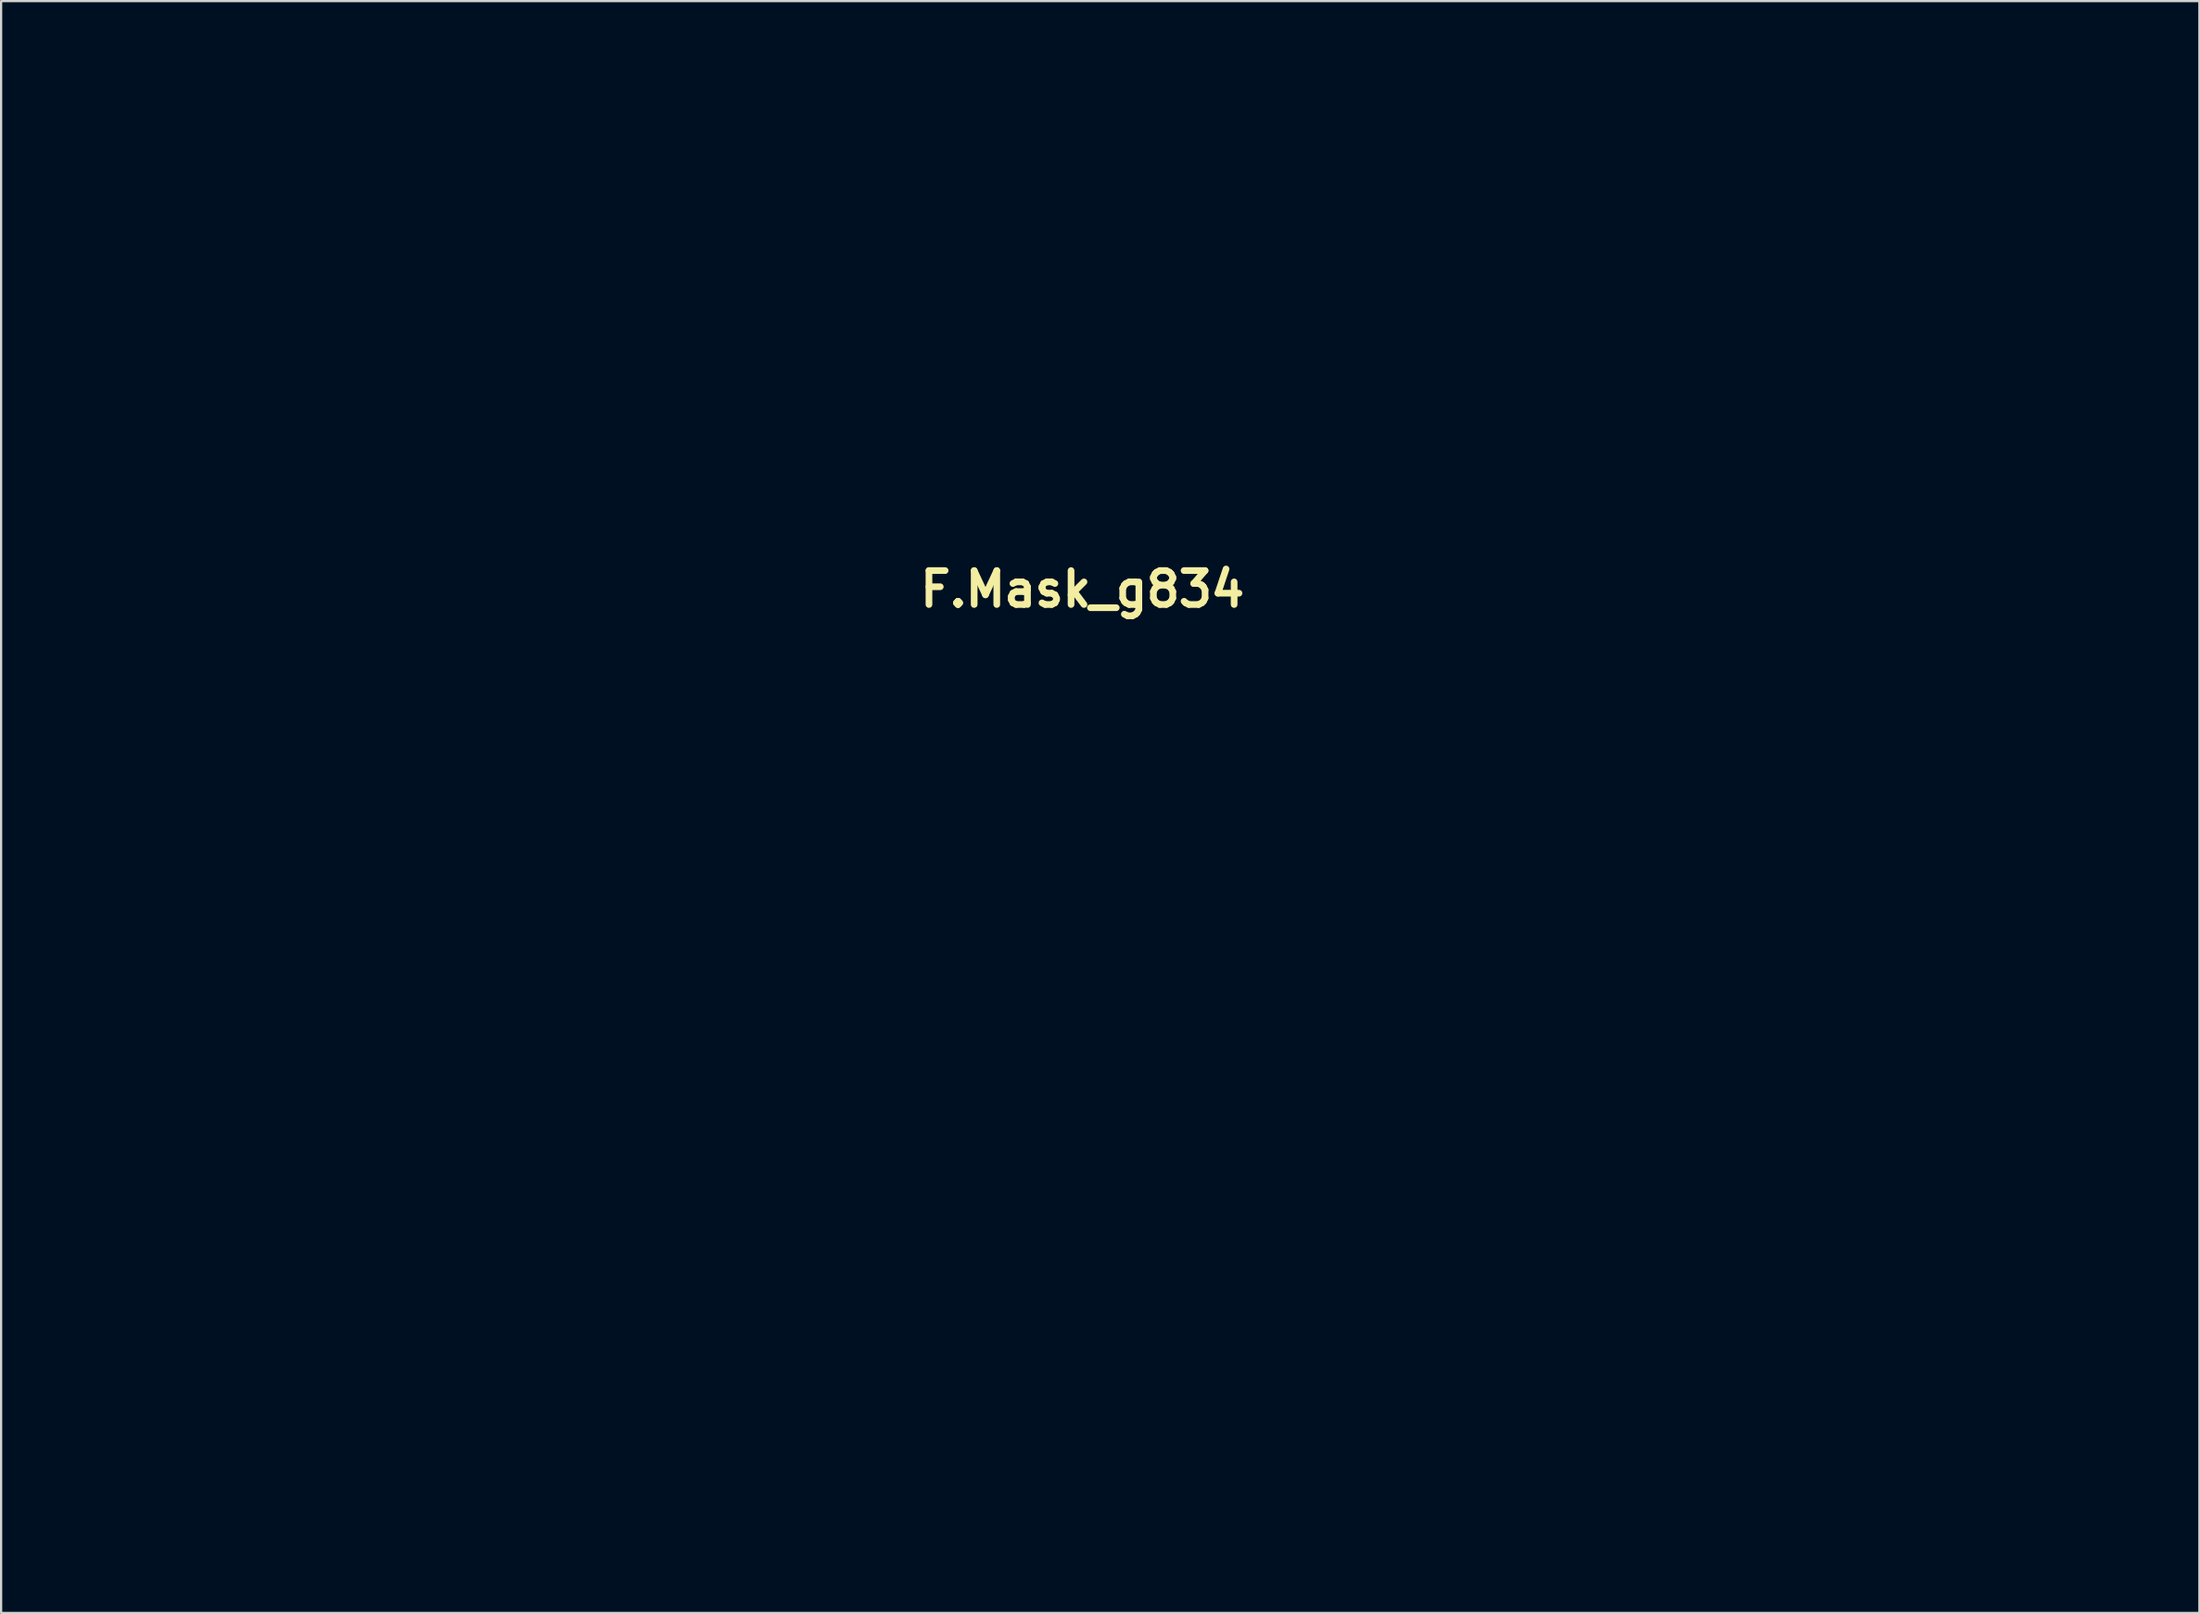
<source format=kicad_pcb>
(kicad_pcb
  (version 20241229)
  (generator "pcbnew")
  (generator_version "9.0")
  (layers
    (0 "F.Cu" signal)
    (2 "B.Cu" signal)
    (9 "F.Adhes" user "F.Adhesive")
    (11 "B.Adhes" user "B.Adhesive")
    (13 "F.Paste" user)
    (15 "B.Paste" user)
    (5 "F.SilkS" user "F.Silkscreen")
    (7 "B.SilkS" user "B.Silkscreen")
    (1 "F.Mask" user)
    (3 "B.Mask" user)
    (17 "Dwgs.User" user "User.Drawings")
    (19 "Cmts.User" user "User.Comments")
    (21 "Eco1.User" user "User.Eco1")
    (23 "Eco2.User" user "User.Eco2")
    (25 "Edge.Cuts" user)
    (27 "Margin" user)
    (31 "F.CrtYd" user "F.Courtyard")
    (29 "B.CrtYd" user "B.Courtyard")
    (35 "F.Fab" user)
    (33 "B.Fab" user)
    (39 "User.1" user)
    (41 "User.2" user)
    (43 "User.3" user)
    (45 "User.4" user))
  (footprint "F.Mask_g834"
    (layer "F.Cu")
    (at 45.598 23.432)
    (property "Reference" "F.Mask_g834" (at 0 0 0) (layer "F.SilkS") (effects (font (size 1.524 1.524) (thickness 0.3))))
    (attr through_hole)
    (fp_poly (pts (xy -37.888 1.101) (xy -39.539 1.101) (xy -39.539 -5.334) (xy -37.888 -5.334) (xy -37.888 1.101)) (stroke (width 0.01) (type solid)) (fill yes) (layer "F.Mask"))
    (fp_poly (pts (xy -33.232 26.331) (xy -34.883 26.331) (xy -34.883 19.897) (xy -33.232 19.897) (xy -33.232 26.331)) (stroke (width 0.01) (type solid)) (fill yes) (layer "F.Mask"))
    (fp_poly (pts (xy -33.105 34.629) (xy -34.756 34.629) (xy -34.756 28.194) (xy -33.105 28.194) (xy -33.105 34.629)) (stroke (width 0.01) (type solid)) (fill yes) (layer "F.Mask"))
    (fp_poly (pts (xy -9.906 1.101) (xy -11.557 1.101) (xy -11.557 -5.334) (xy -9.906 -5.334) (xy -9.906 1.101)) (stroke (width 0.01) (type solid)) (fill yes) (layer "F.Mask"))
    (fp_poly (pts (xy 21.632 26.331) (xy 19.981 26.331) (xy 19.981 19.897) (xy 21.632 19.897) (xy 21.632 26.331)) (stroke (width 0.01) (type solid)) (fill yes) (layer "F.Mask"))
    (fp_poly (pts (xy 25.569 17.907) (xy 23.918 17.907) (xy 23.918 11.472) (xy 25.569 11.472) (xy 25.569 17.907)) (stroke (width 0.01) (type solid)) (fill yes) (layer "F.Mask"))
    (fp_poly (pts (xy 35.391 1.101) (xy 33.74 1.101) (xy 33.74 -5.334) (xy 35.391 -5.334) (xy 35.391 1.101)) (stroke (width 0.01) (type solid)) (fill yes) (layer "F.Mask"))
    (fp_poly (pts (xy -33.411 -20.119) (xy -33.422 -16.912) (xy -34.258 -16.901) (xy -35.094 -16.889) (xy -35.094 -23.326) (xy -33.4 -23.326) (xy -33.411 -20.119)) (stroke (width 0.01) (type solid)) (fill yes) (layer "F.Mask"))
    (fp_poly (pts (xy 5.842 -18.161) (xy 8.763 -18.161) (xy 8.763 -16.891) (xy 4.191 -16.891) (xy 4.191 -23.326) (xy 5.842 -23.326) (xy 5.842 -18.161)) (stroke (width 0.01) (type solid)) (fill yes) (layer "F.Mask"))
    (fp_poly (pts (xy 9.652 38.862) (xy 8.635 38.862) (xy 8.646 37.666) (xy 8.657 36.47) (xy 9.155 36.458) (xy 9.652 36.446) (xy 9.652 38.862)) (stroke (width 0.01) (type solid)) (fill yes) (layer "F.Mask"))
    (fp_poly (pts (xy 15.198 33.359) (xy 18.121 33.359) (xy 18.098 34.608) (xy 13.547 34.629) (xy 13.547 28.194) (xy 15.198 28.194) (xy 15.198 33.359)) (stroke (width 0.01) (type solid)) (fill yes) (layer "F.Mask"))
    (fp_poly (pts (xy 38.693 -0.169) (xy 41.616 -0.169) (xy 41.593 1.079) (xy 37.042 1.101) (xy 37.042 -5.334) (xy 38.693 -5.334) (xy 38.693 -0.169)) (stroke (width 0.01) (type solid)) (fill yes) (layer "F.Mask"))
    (fp_poly (pts (xy 19.474 41.656) (xy 22.352 41.656) (xy 22.352 42.884) (xy 17.779 42.884) (xy 17.79 39.677) (xy 17.801 36.47) (xy 19.452 36.47) (xy 19.474 41.656)) (stroke (width 0.01) (type solid)) (fill yes) (layer "F.Mask"))
    (fp_poly (pts (xy -18.362 36.459) (xy -17.547 36.47) (xy -17.536 39.063) (xy -17.525 41.656) (xy -14.605 41.656) (xy -14.605 42.884) (xy -19.177 42.884) (xy -19.177 36.447) (xy -18.362 36.459)) (stroke (width 0.01) (type solid)) (fill yes) (layer "F.Mask"))
    (fp_poly (pts (xy -17.695 4.318) (xy -19.812 4.318) (xy -19.812 9.483) (xy -21.463 9.483) (xy -21.463 4.318) (xy -23.624 4.318) (xy -23.601 3.069) (xy -17.695 3.047) (xy -17.695 4.318)) (stroke (width 0.01) (type solid)) (fill yes) (layer "F.Mask"))
    (fp_poly (pts (xy -8.615 3.069) (xy -8.591 4.318) (xy -10.753 4.318) (xy -10.753 9.483) (xy -12.404 9.483) (xy -12.404 4.318) (xy -14.52 4.318) (xy -14.52 3.047) (xy -8.615 3.069)) (stroke (width 0.01) (type solid)) (fill yes) (layer "F.Mask"))
    (fp_poly (pts (xy 17.674 3.069) (xy 17.698 4.318) (xy 15.536 4.318) (xy 15.536 9.483) (xy 13.885 9.483) (xy 13.885 4.318) (xy 11.769 4.318) (xy 11.769 3.047) (xy 17.674 3.069)) (stroke (width 0.01) (type solid)) (fill yes) (layer "F.Mask"))
    (fp_poly (pts (xy -35.814 37.719) (xy -37.931 37.719) (xy -37.931 42.884) (xy -39.582 42.884) (xy -39.582 37.719) (xy -41.743 37.719) (xy -41.731 37.095) (xy -41.719 36.47) (xy -35.814 36.448) (xy -35.814 37.719)) (stroke (width 0.01) (type solid)) (fill yes) (layer "F.Mask"))
    (fp_poly (pts (xy -8.17 12.742) (xy -10.964 12.742) (xy -10.964 13.928) (xy -8.34 13.928) (xy -8.34 15.198) (xy -10.964 15.198) (xy -10.964 17.907) (xy -12.615 17.907) (xy -12.615 11.472) (xy -8.17 11.472) (xy -8.17 12.742)) (stroke (width 0.01) (type solid)) (fill yes) (layer "F.Mask"))
    (fp_poly (pts (xy 11.43 -4.106) (xy 9.314 -4.106) (xy 9.292 1.079) (xy 7.663 1.102) (xy 7.652 -1.491) (xy 7.641 -4.085) (xy 6.572 -4.096) (xy 5.503 -4.108) (xy 5.503 -5.334) (xy 11.43 -5.334) (xy 11.43 -4.106)) (stroke (width 0.01) (type solid)) (fill yes) (layer "F.Mask"))
    (fp_poly (pts (xy 24.078 -22.701) (xy 24.067 -22.077) (xy 22.998 -22.066) (xy 21.929 -22.054) (xy 21.929 -16.891) (xy 20.278 -16.891) (xy 20.278 -22.056) (xy 18.161 -22.056) (xy 18.161 -23.326) (xy 24.09 -23.326) (xy 24.078 -22.701)) (stroke (width 0.01) (type solid)) (fill yes) (layer "F.Mask"))
    (fp_poly (pts (xy 20.193 5.503) (xy 22.648 5.503) (xy 22.648 3.048) (xy 24.299 3.048) (xy 24.299 9.483) (xy 22.648 9.483) (xy 22.648 6.773) (xy 20.193 6.773) (xy 20.193 9.483) (xy 18.542 9.483) (xy 18.542 3.048) (xy 20.193 3.048) (xy 20.193 5.503)) (stroke (width 0.01) (type solid)) (fill yes) (layer "F.Mask"))
    (fp_poly (pts (xy 22.385 12.097) (xy 22.373 12.721) (xy 19.558 12.743) (xy 19.558 13.928) (xy 22.227 13.928) (xy 22.204 15.177) (xy 20.881 15.188) (xy 19.558 15.199) (xy 19.558 17.907) (xy 17.907 17.907) (xy 17.907 11.472) (xy 22.397 11.472) (xy 22.385 12.097)) (stroke (width 0.01) (type solid)) (fill yes) (layer "F.Mask"))
    (fp_poly (pts (xy 29.379 -22.056) (xy 26.585 -22.056) (xy 26.585 -20.87) (xy 29.21 -20.87) (xy 29.21 -19.643) (xy 26.585 -19.643) (xy 26.585 -18.161) (xy 29.506 -18.161) (xy 29.506 -16.891) (xy 24.934 -16.891) (xy 24.934 -23.326) (xy 29.379 -23.326) (xy 29.379 -22.056)) (stroke (width 0.01) (type solid)) (fill yes) (layer "F.Mask"))
    (fp_poly (pts (xy 37.169 4.318) (xy 34.375 4.318) (xy 34.375 5.503) (xy 36.999 5.503) (xy 36.999 6.773) (xy 34.375 6.773) (xy 34.375 8.255) (xy 37.296 8.255) (xy 37.296 9.483) (xy 32.724 9.483) (xy 32.724 3.048) (xy 37.169 3.048) (xy 37.169 4.318)) (stroke (width 0.01) (type solid)) (fill yes) (layer "F.Mask"))
    (fp_poly (pts (xy 38.523 12.742) (xy 35.687 12.742) (xy 35.687 13.928) (xy 38.354 13.928) (xy 38.354 15.198) (xy 35.687 15.198) (xy 35.687 16.637) (xy 38.608 16.637) (xy 38.608 17.907) (xy 34.036 17.907) (xy 34.036 11.472) (xy 38.523 11.472) (xy 38.523 12.742)) (stroke (width 0.01) (type solid)) (fill yes) (layer "F.Mask"))
    (fp_poly (pts (xy -19.6 29.421) (xy -22.416 29.443) (xy -22.416 30.628) (xy -21.093 30.639) (xy -19.77 30.651) (xy -19.77 31.877) (xy -22.437 31.877) (xy -22.437 33.359) (xy -19.516 33.359) (xy -19.516 34.629) (xy -24.088 34.629) (xy -24.088 28.194) (xy -19.6 28.194) (xy -19.6 29.421)) (stroke (width 0.01) (type solid)) (fill yes) (layer "F.Mask"))
    (fp_poly (pts (xy -4.487 29.422) (xy -7.324 29.422) (xy -7.324 30.649) (xy -4.657 30.649) (xy -4.657 31.877) (xy -7.324 31.877) (xy -7.324 33.359) (xy -4.4 33.359) (xy -4.424 34.608) (xy -6.699 34.618) (xy -8.975 34.629) (xy -8.975 28.194) (xy -4.487 28.194) (xy -4.487 29.422)) (stroke (width 0.01) (type solid)) (fill yes) (layer "F.Mask"))
    (fp_poly (pts (xy 14.299 -22.701) (xy 14.287 -22.077) (xy 12.88 -22.066) (xy 11.472 -22.055) (xy 11.472 -20.87) (xy 14.139 -20.87) (xy 14.139 -19.644) (xy 12.816 -19.633) (xy 11.493 -19.622) (xy 11.471 -16.891) (xy 9.821 -16.891) (xy 9.821 -23.326) (xy 14.311 -23.326) (xy 14.299 -22.701)) (stroke (width 0.01) (type solid)) (fill yes) (layer "F.Mask"))
    (fp_poly (pts (xy 36.449 29.422) (xy 33.655 29.422) (xy 33.655 30.649) (xy 36.28 30.649) (xy 36.28 31.877) (xy 33.655 31.877) (xy 33.655 33.359) (xy 36.578 33.359) (xy 36.555 34.608) (xy 34.279 34.618) (xy 32.004 34.629) (xy 32.004 28.194) (xy 36.449 28.194) (xy 36.449 29.422)) (stroke (width 0.01) (type solid)) (fill yes) (layer "F.Mask"))
    (fp_poly (pts (xy 43.225 4.318) (xy 40.386 4.318) (xy 40.386 5.503) (xy 43.053 5.503) (xy 43.053 6.773) (xy 40.386 6.773) (xy 40.386 8.255) (xy 43.307 8.255) (xy 43.307 9.483) (xy 38.734 9.483) (xy 38.745 6.276) (xy 38.756 3.069) (xy 43.201 3.069) (xy 43.225 4.318)) (stroke (width 0.01) (type solid)) (fill yes) (layer "F.Mask"))
    (fp_poly (pts (xy -41.106 -4.107) (xy -42.513 -4.096) (xy -43.921 -4.085) (xy -43.921 -2.9) (xy -42.598 -2.889) (xy -41.275 -2.877) (xy -41.275 -1.652) (xy -42.598 -1.641) (xy -43.921 -1.63) (xy -43.932 -0.265) (xy -43.943 1.101) (xy -45.593 1.101) (xy -45.593 -5.334) (xy -41.106 -5.334) (xy -41.106 -4.107)) (stroke (width 0.01) (type solid)) (fill yes) (layer "F.Mask"))
    (fp_poly (pts (xy -20.741 37.719) (xy -23.58 37.719) (xy -23.58 38.904) (xy -20.913 38.904) (xy -20.913 40.174) (xy -23.582 40.174) (xy -23.558 41.635) (xy -22.109 41.646) (xy -20.659 41.657) (xy -20.659 42.884) (xy -25.231 42.884) (xy -25.22 39.677) (xy -25.209 36.47) (xy -20.765 36.47) (xy -20.741 37.719)) (stroke (width 0.01) (type solid)) (fill yes) (layer "F.Mask"))
    (fp_poly (pts (xy -17.272 12.742) (xy -20.066 12.742) (xy -20.066 13.928) (xy -17.397 13.928) (xy -17.42 15.177) (xy -18.743 15.188) (xy -20.066 15.199) (xy -20.066 16.636) (xy -18.616 16.647) (xy -17.166 16.658) (xy -17.143 17.907) (xy -21.717 17.907) (xy -21.717 11.472) (xy -17.272 11.472) (xy -17.272 12.742)) (stroke (width 0.01) (type solid)) (fill yes) (layer "F.Mask"))
    (fp_poly (pts (xy -10.922 21.124) (xy -13.716 21.124) (xy -13.716 22.352) (xy -11.049 22.352) (xy -11.049 23.58) (xy -13.716 23.58) (xy -13.716 25.061) (xy -10.793 25.061) (xy -10.804 25.686) (xy -10.816 26.31) (xy -13.092 26.321) (xy -15.367 26.332) (xy -15.367 19.897) (xy -10.922 19.897) (xy -10.922 21.124)) (stroke (width 0.01) (type solid)) (fill yes) (layer "F.Mask"))
    (fp_poly (pts (xy -8.34 -20.87) (xy -5.884 -20.87) (xy -5.884 -23.326) (xy -4.233 -23.326) (xy -4.233 -16.891) (xy -5.883 -16.891) (xy -5.894 -18.256) (xy -5.905 -19.622) (xy -7.123 -19.633) (xy -8.34 -19.644) (xy -8.34 -16.891) (xy -9.991 -16.891) (xy -9.991 -23.326) (xy -8.34 -23.326) (xy -8.34 -20.87)) (stroke (width 0.01) (type solid)) (fill yes) (layer "F.Mask"))
    (fp_poly (pts (xy -6.096 -13.674) (xy -8.89 -13.674) (xy -8.89 -12.446) (xy -6.265 -12.446) (xy -6.265 -11.218) (xy -8.89 -11.218) (xy -8.89 -9.737) (xy -5.967 -9.737) (xy -5.978 -9.112) (xy -5.99 -8.488) (xy -8.266 -8.477) (xy -10.541 -8.466) (xy -10.541 -14.901) (xy -6.096 -14.901) (xy -6.096 -13.674)) (stroke (width 0.01) (type solid)) (fill yes) (layer "F.Mask"))
    (fp_poly (pts (xy 18.415 21.124) (xy 15.621 21.124) (xy 15.621 22.352) (xy 18.246 22.352) (xy 18.246 23.58) (xy 15.621 23.58) (xy 15.621 25.061) (xy 18.544 25.061) (xy 18.533 25.686) (xy 18.521 26.31) (xy 16.245 26.321) (xy 13.97 26.332) (xy 13.97 19.897) (xy 18.415 19.897) (xy 18.415 21.124)) (stroke (width 0.01) (type solid)) (fill yes) (layer "F.Mask"))
    (fp_poly (pts (xy 25.527 -13.674) (xy 22.733 -13.674) (xy 22.733 -12.446) (xy 25.358 -12.446) (xy 25.358 -11.218) (xy 22.733 -11.218) (xy 22.733 -9.737) (xy 25.656 -9.737) (xy 25.645 -9.112) (xy 25.633 -8.488) (xy 23.357 -8.477) (xy 21.082 -8.466) (xy 21.082 -14.901) (xy 25.527 -14.901) (xy 25.527 -13.674)) (stroke (width 0.01) (type solid)) (fill yes) (layer "F.Mask"))
    (fp_poly (pts (xy -5.726 36.459) (xy -3.493 36.47) (xy -3.469 37.719) (xy -6.308 37.719) (xy -6.308 38.903) (xy -4.985 38.914) (xy -3.662 38.925) (xy -3.65 39.55) (xy -3.638 40.174) (xy -6.308 40.174) (xy -6.308 41.656) (xy -3.387 41.656) (xy -3.387 42.884) (xy -7.959 42.884) (xy -7.959 36.448) (xy -5.726 36.459)) (stroke (width 0.01) (type solid)) (fill yes) (layer "F.Mask"))
    (fp_poly (pts (xy 16.764 -4.107) (xy 15.356 -4.096) (xy 13.949 -4.085) (xy 13.949 -2.9) (xy 15.272 -2.889) (xy 16.595 -2.877) (xy 16.595 -1.652) (xy 15.272 -1.641) (xy 13.949 -1.63) (xy 13.926 -0.169) (xy 16.849 -0.169) (xy 16.849 1.101) (xy 12.277 1.101) (xy 12.277 -5.334) (xy 16.764 -5.334) (xy 16.764 -4.107)) (stroke (width 0.01) (type solid)) (fill yes) (layer "F.Mask"))
    (fp_poly (pts (xy 32.173 22.353) (xy 33.39 22.342) (xy 34.608 22.331) (xy 34.619 21.114) (xy 34.63 19.897) (xy 36.28 19.897) (xy 36.258 26.31) (xy 35.444 26.322) (xy 34.63 26.333) (xy 34.619 24.967) (xy 34.608 23.601) (xy 33.39 23.59) (xy 32.173 23.578) (xy 32.173 26.331) (xy 30.522 26.331) (xy 30.522 19.897) (xy 32.173 19.897) (xy 32.173 22.353)) (stroke (width 0.01) (type solid)) (fill yes) (layer "F.Mask"))
    (fp_poly (pts (xy -21.05 -20.119) (xy -21.061 -16.912) (xy -21.868 -16.901) (xy -22.121 -16.899) (xy -22.345 -16.9) (xy -22.526 -16.903) (xy -22.65 -16.909) (xy -22.703 -16.918) (xy -22.704 -16.918) (xy -22.709 -16.964) (xy -22.713 -17.088) (xy -22.717 -17.284) (xy -22.721 -17.544) (xy -22.724 -17.863) (xy -22.727 -18.233) (xy -22.73 -18.648) (xy -22.731 -19.102) (xy -22.733 -19.587) (xy -22.733 -20.098) (xy -22.733 -20.137) (xy -22.733 -23.326) (xy -21.039 -23.326) (xy -21.05 -20.119)) (stroke (width 0.01) (type solid)) (fill yes) (layer "F.Mask"))
    (fp_poly (pts (xy -26.628 -22.056) (xy -28.744 -22.056) (xy -28.765 -16.912) (xy -29.572 -16.901) (xy -29.826 -16.899) (xy -30.05 -16.9) (xy -30.23 -16.903) (xy -30.354 -16.909) (xy -30.408 -16.918) (xy -30.409 -16.918) (xy -30.414 -16.965) (xy -30.419 -17.088) (xy -30.423 -17.282) (xy -30.427 -17.538) (xy -30.431 -17.849) (xy -30.434 -18.208) (xy -30.436 -18.606) (xy -30.437 -19.038) (xy -30.438 -19.495) (xy -30.438 -22.056) (xy -32.554 -22.056) (xy -32.554 -23.326) (xy -26.628 -23.326) (xy -26.628 -22.056)) (stroke (width 0.01) (type solid)) (fill yes) (layer "F.Mask"))
    (fp_poly (pts (xy -11.388 -13.674) (xy -13.547 -13.674) (xy -13.547 -8.467) (xy -14.344 -8.467) (xy -14.596 -8.468) (xy -14.818 -8.472) (xy -14.996 -8.478) (xy -15.118 -8.486) (xy -15.169 -8.495) (xy -15.169 -8.495) (xy -15.174 -8.541) (xy -15.179 -8.665) (xy -15.184 -8.858) (xy -15.188 -9.114) (xy -15.191 -9.425) (xy -15.194 -9.784) (xy -15.196 -10.184) (xy -15.197 -10.616) (xy -15.198 -11.074) (xy -15.198 -11.098) (xy -15.198 -13.674) (xy -17.314 -13.674) (xy -17.314 -14.901) (xy -11.388 -14.901) (xy -11.388 -13.674)) (stroke (width 0.01) (type solid)) (fill yes) (layer "F.Mask"))
    (fp_poly (pts (xy 32.893 -4.106) (xy 30.777 -4.106) (xy 30.755 1.079) (xy 29.948 1.091) (xy 29.695 1.093) (xy 29.471 1.092) (xy 29.29 1.088) (xy 29.166 1.082) (xy 29.113 1.074) (xy 29.112 1.073) (xy 29.107 1.027) (xy 29.102 0.903) (xy 29.098 0.71) (xy 29.093 0.453) (xy 29.09 0.142) (xy 29.087 -0.217) (xy 29.085 -0.616) (xy 29.084 -1.049) (xy 29.083 -1.507) (xy 29.083 -1.531) (xy 29.083 -4.106) (xy 26.966 -4.106) (xy 26.966 -5.334) (xy 32.893 -5.334) (xy 32.893 -4.106)) (stroke (width 0.01) (type solid)) (fill yes) (layer "F.Mask"))
    (fp_poly (pts (xy 43.053 21.124) (xy 40.937 21.124) (xy 40.926 23.717) (xy 40.915 26.31) (xy 40.108 26.322) (xy 39.855 26.324) (xy 39.631 26.323) (xy 39.45 26.319) (xy 39.326 26.313) (xy 39.273 26.304) (xy 39.272 26.304) (xy 39.267 26.258) (xy 39.262 26.134) (xy 39.258 25.94) (xy 39.253 25.684) (xy 39.25 25.373) (xy 39.247 25.014) (xy 39.245 24.614) (xy 39.244 24.182) (xy 39.243 23.723) (xy 39.243 23.7) (xy 39.243 21.124) (xy 37.126 21.124) (xy 37.126 19.897) (xy 43.053 19.897) (xy 43.053 21.124)) (stroke (width 0.01) (type solid)) (fill yes) (layer "F.Mask"))
    (fp_poly (pts (xy -9.821 29.42) (xy -10.89 29.432) (xy -11.959 29.443) (xy -11.97 32.036) (xy -11.981 34.629) (xy -12.778 34.629) (xy -13.03 34.627) (xy -13.252 34.623) (xy -13.43 34.617) (xy -13.552 34.609) (xy -13.603 34.601) (xy -13.603 34.6) (xy -13.608 34.554) (xy -13.613 34.431) (xy -13.617 34.237) (xy -13.621 33.981) (xy -13.625 33.67) (xy -13.627 33.311) (xy -13.629 32.912) (xy -13.631 32.479) (xy -13.631 32.021) (xy -13.631 31.997) (xy -13.631 29.422) (xy -15.748 29.422) (xy -15.748 28.194) (xy -9.821 28.194) (xy -9.821 29.42)) (stroke (width 0.01) (type solid)) (fill yes) (layer "F.Mask"))
    (fp_poly (pts (xy 10.499 -13.675) (xy 9.43 -13.664) (xy 8.361 -13.652) (xy 8.35 -11.06) (xy 8.339 -8.467) (xy 7.542 -8.467) (xy 7.29 -8.468) (xy 7.068 -8.472) (xy 6.89 -8.478) (xy 6.768 -8.486) (xy 6.717 -8.495) (xy 6.717 -8.495) (xy 6.712 -8.541) (xy 6.707 -8.665) (xy 6.703 -8.858) (xy 6.699 -9.114) (xy 6.695 -9.425) (xy 6.693 -9.784) (xy 6.691 -10.184) (xy 6.689 -10.616) (xy 6.689 -11.074) (xy 6.689 -11.098) (xy 6.689 -13.674) (xy 4.572 -13.674) (xy 4.572 -14.901) (xy 10.499 -14.901) (xy 10.499 -13.675)) (stroke (width 0.01) (type solid)) (fill yes) (layer "F.Mask"))
    (fp_poly (pts (xy 44.323 -0.169) (xy 47.202 -0.169) (xy 47.202 1.101) (xy 44.944 1.101) (xy 44.514 1.1) (xy 44.111 1.099) (xy 43.741 1.096) (xy 43.412 1.093) (xy 43.133 1.089) (xy 42.911 1.085) (xy 42.754 1.08) (xy 42.67 1.075) (xy 42.658 1.072) (xy 42.653 1.027) (xy 42.649 0.903) (xy 42.645 0.707) (xy 42.641 0.447) (xy 42.638 0.129) (xy 42.635 -0.241) (xy 42.633 -0.657) (xy 42.631 -1.11) (xy 42.63 -1.595) (xy 42.63 -2.106) (xy 42.63 -2.145) (xy 42.63 -5.334) (xy 44.323 -5.334) (xy 44.323 -0.169)) (stroke (width 0.01) (type solid)) (fill yes) (layer "F.Mask"))
    (fp_poly (pts (xy 6.494 22.045) (xy 6.703 22.44) (xy 6.901 22.813) (xy 7.084 23.156) (xy 7.249 23.465) (xy 7.392 23.73) (xy 7.509 23.947) (xy 7.596 24.108) (xy 7.651 24.205) (xy 7.668 24.234) (xy 7.675 24.201) (xy 7.682 24.09) (xy 7.688 23.909) (xy 7.694 23.664) (xy 7.698 23.362) (xy 7.701 23.01) (xy 7.704 22.615) (xy 7.705 22.184) (xy 7.705 22.085) (xy 7.705 19.897) (xy 9.271 19.897) (xy 9.271 26.331) (xy 7.417 26.331) (xy 5.101 21.962) (xy 5.079 26.331) (xy 3.514 26.331) (xy 3.514 19.897) (xy 5.357 19.897) (xy 6.494 22.045)) (stroke (width 0.01) (type solid)) (fill yes) (layer "F.Mask"))
    (fp_poly (pts (xy 38.952 28.204) (xy 39.889 28.215) (xy 41.037 30.379) (xy 42.185 32.543) (xy 42.196 30.369) (xy 42.207 28.194) (xy 43.773 28.194) (xy 43.773 34.629) (xy 42.868 34.629) (xy 42.543 34.627) (xy 42.296 34.623) (xy 42.118 34.615) (xy 42 34.603) (xy 41.936 34.586) (xy 41.921 34.576) (xy 41.894 34.53) (xy 41.832 34.415) (xy 41.737 34.24) (xy 41.613 34.01) (xy 41.465 33.732) (xy 41.295 33.414) (xy 41.108 33.062) (xy 40.906 32.683) (xy 40.741 32.372) (xy 39.603 30.222) (xy 39.592 32.425) (xy 39.581 34.629) (xy 38.015 34.629) (xy 38.015 28.192) (xy 38.952 28.204)) (stroke (width 0.01) (type solid)) (fill yes) (layer "F.Mask"))
    (fp_poly (pts (xy -1.082 28.215) (xy 1.206 32.533) (xy 1.217 30.364) (xy 1.228 28.194) (xy 2.794 28.194) (xy 2.794 34.63) (xy 1.875 34.619) (xy 0.956 34.608) (xy -0.21 32.407) (xy -1.376 30.206) (xy -1.387 32.417) (xy -1.398 34.629) (xy -2.152 34.629) (xy -2.397 34.627) (xy -2.612 34.623) (xy -2.782 34.617) (xy -2.895 34.609) (xy -2.935 34.6) (xy -2.94 34.555) (xy -2.944 34.431) (xy -2.948 34.235) (xy -2.952 33.975) (xy -2.955 33.657) (xy -2.958 33.287) (xy -2.96 32.871) (xy -2.962 32.418) (xy -2.963 31.933) (xy -2.963 31.422) (xy -2.963 31.382) (xy -2.963 28.192) (xy -1.082 28.215)) (stroke (width 0.01) (type solid)) (fill yes) (layer "F.Mask"))
    (fp_poly (pts (xy -2.508 -2.127) (xy -2.519 1.079) (xy -4.372 1.079) (xy -5.52 -1.085) (xy -6.668 -3.249) (xy -6.689 -1.085) (xy -6.71 1.079) (xy -7.474 1.091) (xy -7.721 1.093) (xy -7.937 1.092) (xy -8.11 1.088) (xy -8.225 1.081) (xy -8.268 1.073) (xy -8.273 1.027) (xy -8.277 0.903) (xy -8.281 0.708) (xy -8.285 0.447) (xy -8.289 0.129) (xy -8.292 -0.241) (xy -8.294 -0.657) (xy -8.296 -1.11) (xy -8.297 -1.596) (xy -8.297 -2.106) (xy -8.297 -2.145) (xy -8.297 -5.334) (xy -7.355 -5.333) (xy -6.413 -5.331) (xy -4.128 -1.004) (xy -4.117 -3.169) (xy -4.106 -5.334) (xy -2.497 -5.334) (xy -2.508 -2.127)) (stroke (width 0.01) (type solid)) (fill yes) (layer "F.Mask"))
    (fp_poly (pts (xy 37.899 36.459) (xy 38.714 36.47) (xy 38.735 37.631) (xy 38.756 38.792) (xy 39.949 37.62) (xy 41.141 36.449) (xy 42.076 36.449) (xy 42.347 36.45) (xy 42.587 36.453) (xy 42.784 36.458) (xy 42.927 36.464) (xy 43.002 36.472) (xy 43.011 36.475) (xy 42.981 36.509) (xy 42.897 36.597) (xy 42.764 36.732) (xy 42.588 36.91) (xy 42.374 37.124) (xy 42.128 37.369) (xy 41.856 37.639) (xy 41.563 37.929) (xy 41.484 38.007) (xy 39.956 39.512) (xy 41.642 41.198) (xy 43.328 42.884) (xy 41.254 42.884) (xy 39.995 41.625) (xy 38.735 40.365) (xy 38.735 42.884) (xy 37.084 42.884) (xy 37.084 36.447) (xy 37.899 36.459)) (stroke (width 0.01) (type solid)) (fill yes) (layer "F.Mask"))
    (fp_poly (pts (xy -28.19 11.482) (xy -27.255 11.493) (xy -26.105 13.661) (xy -24.956 15.828) (xy -24.945 13.65) (xy -24.934 11.472) (xy -23.368 11.472) (xy -23.368 17.907) (xy -25.209 17.905) (xy -26.331 15.784) (xy -26.54 15.391) (xy -26.737 15.018) (xy -26.92 14.675) (xy -27.085 14.366) (xy -27.228 14.099) (xy -27.345 13.882) (xy -27.433 13.72) (xy -27.488 13.622) (xy -27.505 13.594) (xy -27.517 13.594) (xy -27.527 13.633) (xy -27.535 13.715) (xy -27.542 13.846) (xy -27.547 14.032) (xy -27.551 14.278) (xy -27.554 14.589) (xy -27.556 14.972) (xy -27.557 15.43) (xy -27.558 15.716) (xy -27.559 17.907) (xy -29.125 17.907) (xy -29.125 11.471) (xy -28.19 11.482)) (stroke (width 0.01) (type solid)) (fill yes) (layer "F.Mask"))
    (fp_poly (pts (xy -25.718 34.608) (xy -27.564 34.608) (xy -28.715 32.438) (xy -29.866 30.268) (xy -29.887 32.438) (xy -29.909 34.608) (xy -30.681 34.619) (xy -31.454 34.631) (xy -31.454 28.194) (xy -29.612 28.195) (xy -28.49 30.315) (xy -28.282 30.709) (xy -28.084 31.081) (xy -27.901 31.425) (xy -27.737 31.734) (xy -27.594 32) (xy -27.476 32.218) (xy -27.388 32.379) (xy -27.334 32.478) (xy -27.317 32.506) (xy -27.305 32.506) (xy -27.295 32.468) (xy -27.287 32.386) (xy -27.28 32.255) (xy -27.274 32.069) (xy -27.27 31.824) (xy -27.267 31.513) (xy -27.265 31.131) (xy -27.264 30.674) (xy -27.264 30.385) (xy -27.263 28.194) (xy -25.696 28.194) (xy -25.718 34.608)) (stroke (width 0.01) (type solid)) (fill yes) (layer "F.Mask"))
    (fp_poly (pts (xy -24.977 -4.106) (xy -27.771 -4.106) (xy -27.771 -2.879) (xy -25.146 -2.879) (xy -25.146 -1.651) (xy -27.771 -1.651) (xy -27.771 -0.169) (xy -24.892 -0.169) (xy -24.892 1.101) (xy -27.15 1.101) (xy -27.579 1.1) (xy -27.983 1.099) (xy -28.353 1.096) (xy -28.682 1.093) (xy -28.961 1.089) (xy -29.183 1.085) (xy -29.34 1.08) (xy -29.424 1.075) (xy -29.436 1.072) (xy -29.44 1.027) (xy -29.445 0.903) (xy -29.449 0.707) (xy -29.452 0.447) (xy -29.456 0.129) (xy -29.458 -0.241) (xy -29.461 -0.657) (xy -29.462 -1.11) (xy -29.464 -1.595) (xy -29.464 -2.106) (xy -29.464 -2.145) (xy -29.464 -5.334) (xy -24.977 -5.334) (xy -24.977 -4.106)) (stroke (width 0.01) (type solid)) (fill yes) (layer "F.Mask"))
    (fp_poly (pts (xy 31.88 -23.316) (xy 32.815 -23.305) (xy 35.115 -18.967) (xy 35.126 -21.146) (xy 35.137 -23.326) (xy 36.703 -23.326) (xy 36.703 -16.891) (xy 35.782 -16.892) (xy 34.861 -16.892) (xy 33.74 -19.013) (xy 33.531 -19.406) (xy 33.334 -19.779) (xy 33.151 -20.122) (xy 32.986 -20.431) (xy 32.843 -20.698) (xy 32.726 -20.915) (xy 32.638 -21.077) (xy 32.583 -21.175) (xy 32.566 -21.203) (xy 32.554 -21.203) (xy 32.544 -21.165) (xy 32.536 -21.083) (xy 32.529 -20.952) (xy 32.524 -20.766) (xy 32.52 -20.521) (xy 32.517 -20.21) (xy 32.515 -19.828) (xy 32.514 -19.37) (xy 32.513 -19.082) (xy 32.512 -16.891) (xy 30.946 -16.891) (xy 30.946 -23.327) (xy 31.88 -23.316)) (stroke (width 0.01) (type solid)) (fill yes) (layer "F.Mask"))
    (fp_poly (pts (xy 1.947 21.123) (xy 0.54 21.134) (xy -0.868 21.145) (xy -0.868 22.331) (xy 0.455 22.342) (xy 1.778 22.353) (xy 1.778 23.578) (xy 0.455 23.59) (xy -0.868 23.601) (xy -0.891 25.061) (xy 2.032 25.061) (xy 2.032 26.331) (xy -0.226 26.331) (xy -0.655 26.331) (xy -1.059 26.329) (xy -1.429 26.327) (xy -1.758 26.324) (xy -2.037 26.32) (xy -2.259 26.316) (xy -2.416 26.311) (xy -2.5 26.306) (xy -2.512 26.303) (xy -2.516 26.257) (xy -2.521 26.133) (xy -2.525 25.938) (xy -2.528 25.678) (xy -2.532 25.359) (xy -2.534 24.989) (xy -2.537 24.574) (xy -2.538 24.121) (xy -2.54 23.635) (xy -2.54 23.125) (xy -2.54 23.086) (xy -2.54 19.897) (xy 1.947 19.897) (xy 1.947 21.123)) (stroke (width 0.01) (type solid)) (fill yes) (layer "F.Mask"))
    (fp_poly (pts (xy 11.98 29.421) (xy 10.573 29.432) (xy 9.165 29.443) (xy 9.165 30.628) (xy 10.488 30.639) (xy 11.811 30.651) (xy 11.811 31.876) (xy 10.488 31.887) (xy 9.165 31.898) (xy 9.142 33.359) (xy 12.065 33.359) (xy 12.065 34.629) (xy 9.807 34.629) (xy 9.378 34.628) (xy 8.974 34.627) (xy 8.604 34.624) (xy 8.275 34.621) (xy 7.996 34.617) (xy 7.774 34.613) (xy 7.617 34.608) (xy 7.533 34.603) (xy 7.521 34.6) (xy 7.517 34.555) (xy 7.512 34.431) (xy 7.508 34.235) (xy 7.505 33.975) (xy 7.501 33.657) (xy 7.499 33.287) (xy 7.496 32.871) (xy 7.495 32.418) (xy 7.493 31.933) (xy 7.493 31.422) (xy 7.493 31.383) (xy 7.493 28.194) (xy 11.98 28.194) (xy 11.98 29.421)) (stroke (width 0.01) (type solid)) (fill yes) (layer "F.Mask"))
    (fp_poly (pts (xy 23.622 29.421) (xy 22.214 29.432) (xy 20.807 29.443) (xy 20.807 30.628) (xy 22.13 30.639) (xy 23.453 30.651) (xy 23.453 31.876) (xy 22.13 31.887) (xy 20.807 31.898) (xy 20.784 33.359) (xy 23.707 33.359) (xy 23.707 34.629) (xy 21.449 34.629) (xy 21.019 34.628) (xy 20.616 34.627) (xy 20.246 34.624) (xy 19.917 34.621) (xy 19.638 34.617) (xy 19.416 34.613) (xy 19.259 34.608) (xy 19.175 34.603) (xy 19.163 34.6) (xy 19.158 34.555) (xy 19.154 34.431) (xy 19.15 34.235) (xy 19.146 33.975) (xy 19.143 33.657) (xy 19.14 33.287) (xy 19.138 32.871) (xy 19.136 32.418) (xy 19.135 31.933) (xy 19.135 31.422) (xy 19.135 31.383) (xy 19.135 28.194) (xy 23.622 28.194) (xy 23.622 29.421)) (stroke (width 0.01) (type solid)) (fill yes) (layer "F.Mask"))
    (fp_poly (pts (xy 28.03 -14.892) (xy 28.966 -14.88) (xy 31.263 -10.55) (xy 31.274 -12.726) (xy 31.285 -14.901) (xy 32.851 -14.901) (xy 32.851 -8.467) (xy 31.946 -8.467) (xy 31.621 -8.468) (xy 31.374 -8.473) (xy 31.195 -8.481) (xy 31.078 -8.493) (xy 31.014 -8.509) (xy 30.999 -8.52) (xy 30.972 -8.566) (xy 30.909 -8.68) (xy 30.814 -8.856) (xy 30.691 -9.085) (xy 30.542 -9.363) (xy 30.372 -9.681) (xy 30.185 -10.033) (xy 29.984 -10.412) (xy 29.819 -10.722) (xy 28.681 -12.872) (xy 28.67 -10.669) (xy 28.659 -8.467) (xy 27.904 -8.467) (xy 27.66 -8.468) (xy 27.445 -8.472) (xy 27.274 -8.479) (xy 27.162 -8.487) (xy 27.122 -8.495) (xy 27.117 -8.541) (xy 27.113 -8.665) (xy 27.109 -8.86) (xy 27.105 -9.12) (xy 27.102 -9.439) (xy 27.099 -9.809) (xy 27.097 -10.224) (xy 27.095 -10.677) (xy 27.094 -11.163) (xy 27.093 -11.673) (xy 27.093 -11.713) (xy 27.093 -14.903) (xy 28.03 -14.892)) (stroke (width 0.01) (type solid)) (fill yes) (layer "F.Mask"))
    (fp_poly (pts (xy -41.222 28.204) (xy -40.28 28.215) (xy -39.137 30.372) (xy -37.994 32.529) (xy -37.983 30.362) (xy -37.972 28.194) (xy -36.407 28.194) (xy -36.407 34.63) (xy -37.324 34.619) (xy -38.242 34.608) (xy -39.388 32.439) (xy -39.598 32.044) (xy -39.796 31.672) (xy -39.979 31.329) (xy -40.144 31.023) (xy -40.287 30.76) (xy -40.404 30.547) (xy -40.492 30.39) (xy -40.548 30.295) (xy -40.566 30.27) (xy -40.572 30.31) (xy -40.578 30.428) (xy -40.583 30.614) (xy -40.588 30.862) (xy -40.592 31.162) (xy -40.595 31.508) (xy -40.597 31.891) (xy -40.598 32.303) (xy -40.598 32.449) (xy -40.598 34.629) (xy -41.353 34.629) (xy -41.597 34.627) (xy -41.812 34.623) (xy -41.983 34.617) (xy -42.096 34.609) (xy -42.136 34.6) (xy -42.14 34.555) (xy -42.145 34.431) (xy -42.149 34.235) (xy -42.152 33.975) (xy -42.156 33.657) (xy -42.158 33.287) (xy -42.161 32.871) (xy -42.162 32.418) (xy -42.164 31.933) (xy -42.164 31.422) (xy -42.164 31.382) (xy -42.164 28.192) (xy -41.222 28.204)) (stroke (width 0.01) (type solid)) (fill yes) (layer "F.Mask"))
    (fp_poly (pts (xy -18.144 -5.112) (xy -18.106 -5.022) (xy -18.038 -4.865) (xy -17.947 -4.651) (xy -17.835 -4.389) (xy -17.708 -4.091) (xy -17.57 -3.766) (xy -17.425 -3.424) (xy -17.421 -3.416) (xy -17.28 -3.087) (xy -17.149 -2.785) (xy -17.03 -2.519) (xy -16.929 -2.297) (xy -16.848 -2.127) (xy -16.792 -2.017) (xy -16.764 -1.976) (xy -16.763 -1.976) (xy -16.74 -2.022) (xy -16.687 -2.136) (xy -16.609 -2.313) (xy -16.508 -2.542) (xy -16.388 -2.817) (xy -16.254 -3.128) (xy -16.108 -3.469) (xy -16.02 -3.672) (xy -15.31 -5.334) (xy -13.208 -5.334) (xy -13.208 1.101) (xy -14.774 1.101) (xy -14.785 -1.228) (xy -14.796 -3.556) (xy -16.235 -0.17) (xy -16.77 -0.17) (xy -17.305 -0.169) (xy -18.015 -1.831) (xy -18.166 -2.184) (xy -18.308 -2.514) (xy -18.437 -2.811) (xy -18.549 -3.068) (xy -18.641 -3.277) (xy -18.71 -3.429) (xy -18.751 -3.515) (xy -18.76 -3.533) (xy -18.767 -3.499) (xy -18.773 -3.389) (xy -18.779 -3.208) (xy -18.784 -2.966) (xy -18.788 -2.668) (xy -18.792 -2.323) (xy -18.794 -1.938) (xy -18.796 -1.521) (xy -18.796 -1.236) (xy -18.796 1.101) (xy -20.362 1.101) (xy -20.362 -5.334) (xy -18.241 -5.334) (xy -18.144 -5.112)) (stroke (width 0.01) (type solid)) (fill yes) (layer "F.Mask"))
    (fp_poly (pts (xy 45.959 -14.616) (xy 45.897 -14.52) (xy 45.793 -14.362) (xy 45.655 -14.152) (xy 45.488 -13.897) (xy 45.298 -13.608) (xy 45.09 -13.292) (xy 44.87 -12.959) (xy 44.731 -12.749) (xy 43.688 -11.168) (xy 43.688 -8.465) (xy 42.873 -8.476) (xy 42.058 -8.488) (xy 42.047 -9.852) (xy 42.036 -11.216) (xy 40.889 -12.964) (xy 40.66 -13.31) (xy 40.445 -13.637) (xy 40.247 -13.936) (xy 40.071 -14.2) (xy 39.923 -14.423) (xy 39.805 -14.597) (xy 39.724 -14.715) (xy 39.685 -14.771) (xy 39.683 -14.773) (xy 39.659 -14.787) (xy 39.643 -14.765) (xy 39.632 -14.696) (xy 39.626 -14.568) (xy 39.624 -14.372) (xy 39.624 -14.254) (xy 39.624 -13.674) (xy 37.507 -13.674) (xy 37.507 -8.467) (xy 35.856 -8.467) (xy 35.856 -13.674) (xy 33.697 -13.674) (xy 33.697 -14.901) (xy 37.56 -14.901) (xy 41.423 -14.901) (xy 42.139 -13.779) (xy 42.315 -13.504) (xy 42.477 -13.254) (xy 42.619 -13.036) (xy 42.736 -12.86) (xy 42.822 -12.735) (xy 42.871 -12.668) (xy 42.88 -12.659) (xy 42.908 -12.693) (xy 42.975 -12.791) (xy 43.077 -12.943) (xy 43.206 -13.141) (xy 43.359 -13.376) (xy 43.528 -13.64) (xy 43.617 -13.781) (xy 44.33 -14.901) (xy 46.143 -14.901) (xy 45.959 -14.616)) (stroke (width 0.01) (type solid)) (fill yes) (layer "F.Mask"))
    (fp_poly (pts (xy -34.519 -2.986) (xy -34.367 -2.563) (xy -34.222 -2.165) (xy -34.088 -1.799) (xy -33.967 -1.473) (xy -33.862 -1.193) (xy -33.775 -0.965) (xy -33.708 -0.798) (xy -33.666 -0.697) (xy -33.649 -0.669) (xy -33.63 -0.713) (xy -33.586 -0.83) (xy -33.518 -1.012) (xy -33.429 -1.253) (xy -33.323 -1.545) (xy -33.201 -1.881) (xy -33.067 -2.254) (xy -32.922 -2.656) (xy -32.797 -3.006) (xy -31.972 -5.313) (xy -31.138 -5.324) (xy -30.853 -5.328) (xy -30.642 -5.329) (xy -30.495 -5.327) (xy -30.4 -5.321) (xy -30.348 -5.309) (xy -30.327 -5.292) (xy -30.327 -5.267) (xy -30.33 -5.255) (xy -30.348 -5.203) (xy -30.394 -5.079) (xy -30.465 -4.887) (xy -30.558 -4.634) (xy -30.671 -4.327) (xy -30.802 -3.971) (xy -30.949 -3.573) (xy -31.109 -3.14) (xy -31.281 -2.676) (xy -31.461 -2.189) (xy -31.514 -2.047) (xy -32.672 1.079) (xy -33.647 1.091) (xy -34.014 1.093) (xy -34.297 1.091) (xy -34.497 1.083) (xy -34.615 1.071) (xy -34.651 1.057) (xy -34.669 1.011) (xy -34.715 0.892) (xy -34.786 0.706) (xy -34.879 0.458) (xy -34.992 0.155) (xy -35.124 -0.197) (xy -35.271 -0.592) (xy -35.432 -1.024) (xy -35.604 -1.487) (xy -35.785 -1.975) (xy -35.854 -2.161) (xy -37.03 -5.334) (xy -35.362 -5.334) (xy -34.519 -2.986)) (stroke (width 0.01) (type solid)) (fill yes) (layer "F.Mask"))
    (fp_poly (pts (xy -40.016 3.058) (xy -39.578 3.064) (xy -39.217 3.07) (xy -38.921 3.077) (xy -38.682 3.085) (xy -38.491 3.095) (xy -38.339 3.108) (xy -38.215 3.122) (xy -38.111 3.14) (xy -38.058 3.152) (xy -37.621 3.29) (xy -37.247 3.484) (xy -36.938 3.731) (xy -36.695 4.028) (xy -36.522 4.372) (xy -36.42 4.761) (xy -36.39 5.191) (xy -36.408 5.472) (xy -36.489 5.877) (xy -36.635 6.228) (xy -36.848 6.528) (xy -37.13 6.781) (xy -37.484 6.989) (xy -37.49 6.991) (xy -37.679 7.072) (xy -37.876 7.135) (xy -38.096 7.183) (xy -38.354 7.219) (xy -38.662 7.245) (xy -39.037 7.264) (xy -39.169 7.268) (xy -40.005 7.294) (xy -40.005 9.483) (xy -41.656 9.483) (xy -41.656 4.276) (xy -40.005 4.276) (xy -40.005 6.054) (xy -39.423 6.053) (xy -39.194 6.05) (xy -38.983 6.041) (xy -38.809 6.028) (xy -38.696 6.013) (xy -38.683 6.009) (xy -38.461 5.906) (xy -38.286 5.739) (xy -38.165 5.52) (xy -38.106 5.261) (xy -38.102 5.165) (xy -38.138 4.886) (xy -38.245 4.651) (xy -38.418 4.466) (xy -38.652 4.337) (xy -38.688 4.324) (xy -38.785 4.306) (xy -38.946 4.291) (xy -39.151 4.28) (xy -39.38 4.276) (xy -39.419 4.276) (xy -40.005 4.276) (xy -41.656 4.276) (xy -41.656 3.038) (xy -40.016 3.058)) (stroke (width 0.01) (type solid)) (fill yes) (layer "F.Mask"))
    (fp_poly (pts (xy -7.6 22.245) (xy -7.448 22.669) (xy -7.303 23.067) (xy -7.169 23.434) (xy -7.049 23.761) (xy -6.944 24.042) (xy -6.858 24.27) (xy -6.792 24.439) (xy -6.75 24.541) (xy -6.734 24.571) (xy -6.716 24.528) (xy -6.672 24.412) (xy -6.605 24.231) (xy -6.517 23.992) (xy -6.411 23.701) (xy -6.289 23.366) (xy -6.155 22.993) (xy -6.01 22.591) (xy -5.881 22.233) (xy -5.051 19.918) (xy -4.214 19.906) (xy -3.918 19.903) (xy -3.699 19.904) (xy -3.546 19.908) (xy -3.45 19.917) (xy -3.404 19.931) (xy -3.397 19.949) (xy -3.415 19.996) (xy -3.46 20.117) (xy -3.529 20.304) (xy -3.621 20.552) (xy -3.732 20.854) (xy -3.862 21.203) (xy -4.006 21.593) (xy -4.164 22.019) (xy -4.332 22.473) (xy -4.499 22.924) (xy -4.677 23.405) (xy -4.849 23.868) (xy -5.011 24.306) (xy -5.162 24.713) (xy -5.298 25.08) (xy -5.417 25.402) (xy -5.517 25.671) (xy -5.595 25.88) (xy -5.648 26.023) (xy -5.672 26.088) (xy -5.763 26.331) (xy -7.727 26.331) (xy -8.866 23.252) (xy -9.048 22.761) (xy -9.222 22.29) (xy -9.387 21.847) (xy -9.539 21.437) (xy -9.676 21.067) (xy -9.796 20.744) (xy -9.897 20.473) (xy -9.977 20.261) (xy -10.032 20.114) (xy -10.06 20.04) (xy -10.062 20.034) (xy -10.119 19.897) (xy -8.443 19.897) (xy -7.6 22.245)) (stroke (width 0.01) (type solid)) (fill yes) (layer "F.Mask"))
    (fp_poly (pts (xy -0.008 -23.316) (xy 0.984 -23.305) (xy 2.137 -20.193) (xy 2.319 -19.701) (xy 2.493 -19.23) (xy 2.657 -18.788) (xy 2.808 -18.379) (xy 2.944 -18.01) (xy 3.063 -17.689) (xy 3.162 -17.42) (xy 3.239 -17.21) (xy 3.292 -17.065) (xy 3.318 -16.992) (xy 3.32 -16.985) (xy 3.351 -16.889) (xy 2.516 -16.901) (xy 1.681 -16.912) (xy 1.486 -17.484) (xy 1.291 -18.055) (xy -1.304 -18.078) (xy -1.509 -17.485) (xy -1.714 -16.892) (xy -3.386 -16.891) (xy -3.286 -17.156) (xy -3.256 -17.238) (xy -3.198 -17.393) (xy -3.116 -17.614) (xy -3.013 -17.893) (xy -2.89 -18.224) (xy -2.751 -18.6) (xy -2.597 -19.013) (xy -2.502 -19.272) (xy -0.888 -19.272) (xy -0.848 -19.269) (xy -0.736 -19.266) (xy -0.564 -19.264) (xy -0.345 -19.262) (xy -0.092 -19.262) (xy -0.021 -19.262) (xy 0.24 -19.263) (xy 0.469 -19.268) (xy 0.654 -19.275) (xy 0.784 -19.284) (xy 0.844 -19.295) (xy 0.847 -19.298) (xy 0.833 -19.347) (xy 0.796 -19.464) (xy 0.739 -19.637) (xy 0.665 -19.856) (xy 0.58 -20.109) (xy 0.486 -20.384) (xy 0.387 -20.67) (xy 0.289 -20.954) (xy 0.194 -21.226) (xy 0.12 -21.435) (xy -0.013 -21.81) (xy -0.451 -20.546) (xy -0.558 -20.237) (xy -0.655 -19.954) (xy -0.74 -19.708) (xy -0.809 -19.508) (xy -0.858 -19.364) (xy -0.885 -19.284) (xy -0.888 -19.272) (xy -2.502 -19.272) (xy -2.433 -19.458) (xy -2.259 -19.927) (xy -2.094 -20.374) (xy -1 -23.327) (xy -0.008 -23.316)) (stroke (width 0.01) (type solid)) (fill yes) (layer "F.Mask"))
    (fp_poly (pts (xy 30.593 28.195) (xy 30.814 28.199) (xy 30.968 28.207) (xy 31.062 28.219) (xy 31.106 28.235) (xy 31.112 28.247) (xy 31.097 28.294) (xy 31.055 28.414) (xy 30.988 28.602) (xy 30.898 28.85) (xy 30.787 29.154) (xy 30.657 29.506) (xy 30.512 29.902) (xy 30.353 30.333) (xy 30.181 30.796) (xy 30.001 31.283) (xy 29.937 31.454) (xy 28.765 34.608) (xy 27.78 34.619) (xy 26.795 34.63) (xy 26.759 34.534) (xy 26.709 34.4) (xy 26.635 34.203) (xy 26.542 33.951) (xy 26.43 33.65) (xy 26.304 33.309) (xy 26.165 32.935) (xy 26.017 32.534) (xy 25.861 32.113) (xy 25.702 31.682) (xy 25.541 31.245) (xy 25.381 30.812) (xy 25.224 30.388) (xy 25.075 29.981) (xy 24.934 29.599) (xy 24.805 29.249) (xy 24.69 28.938) (xy 24.593 28.673) (xy 24.516 28.461) (xy 24.461 28.311) (xy 24.431 28.228) (xy 24.426 28.214) (xy 24.467 28.208) (xy 24.579 28.204) (xy 24.75 28.201) (xy 24.967 28.201) (xy 25.218 28.203) (xy 25.256 28.204) (xy 26.085 28.215) (xy 26.917 30.53) (xy 27.069 30.952) (xy 27.213 31.35) (xy 27.346 31.717) (xy 27.466 32.045) (xy 27.569 32.328) (xy 27.654 32.559) (xy 27.718 32.73) (xy 27.758 32.835) (xy 27.771 32.866) (xy 27.791 32.834) (xy 27.835 32.732) (xy 27.898 32.571) (xy 27.978 32.361) (xy 28.07 32.112) (xy 28.16 31.864) (xy 28.273 31.55) (xy 28.406 31.179) (xy 28.552 30.771) (xy 28.703 30.349) (xy 28.851 29.935) (xy 28.989 29.55) (xy 29.001 29.517) (xy 29.476 28.194) (xy 30.295 28.194) (xy 30.593 28.195)) (stroke (width 0.01) (type solid)) (fill yes) (layer "F.Mask"))
    (fp_poly (pts (xy 0.772 -3.122) (xy 0.776 -2.625) (xy 0.779 -2.205) (xy 0.783 -1.855) (xy 0.788 -1.567) (xy 0.794 -1.335) (xy 0.8 -1.15) (xy 0.809 -1.006) (xy 0.819 -0.895) (xy 0.831 -0.809) (xy 0.845 -0.742) (xy 0.86 -0.69) (xy 0.976 -0.433) (xy 1.133 -0.242) (xy 1.34 -0.114) (xy 1.603 -0.043) (xy 1.863 -0.024) (xy 2.176 -0.045) (xy 2.428 -0.118) (xy 2.626 -0.249) (xy 2.78 -0.445) (xy 2.9 -0.711) (xy 2.909 -0.737) (xy 2.925 -0.794) (xy 2.939 -0.865) (xy 2.95 -0.956) (xy 2.96 -1.075) (xy 2.968 -1.229) (xy 2.975 -1.426) (xy 2.98 -1.674) (xy 2.985 -1.979) (xy 2.989 -2.348) (xy 2.993 -2.79) (xy 2.996 -3.143) (xy 3.011 -5.334) (xy 4.662 -5.334) (xy 4.645 -3.08) (xy 4.642 -2.573) (xy 4.637 -2.144) (xy 4.633 -1.784) (xy 4.628 -1.487) (xy 4.622 -1.245) (xy 4.614 -1.051) (xy 4.606 -0.896) (xy 4.595 -0.775) (xy 4.583 -0.679) (xy 4.568 -0.601) (xy 4.557 -0.554) (xy 4.406 -0.122) (xy 4.198 0.25) (xy 3.936 0.558) (xy 3.619 0.802) (xy 3.421 0.909) (xy 3.068 1.041) (xy 2.657 1.135) (xy 2.208 1.19) (xy 1.742 1.203) (xy 1.418 1.185) (xy 0.925 1.11) (xy 0.494 0.979) (xy 0.123 0.79) (xy -0.19 0.54) (xy -0.448 0.229) (xy -0.652 -0.145) (xy -0.79 -0.529) (xy -0.806 -0.594) (xy -0.82 -0.669) (xy -0.832 -0.764) (xy -0.842 -0.884) (xy -0.85 -1.038) (xy -0.857 -1.232) (xy -0.862 -1.475) (xy -0.867 -1.773) (xy -0.871 -2.134) (xy -0.875 -2.566) (xy -0.879 -3.059) (xy -0.894 -5.334) (xy 0.757 -5.334) (xy 0.772 -3.122)) (stroke (width 0.01) (type solid)) (fill yes) (layer "F.Mask"))
    (fp_poly (pts (xy -35 -12.689) (xy -34.996 -12.193) (xy -34.992 -11.773) (xy -34.988 -11.423) (xy -34.984 -11.136) (xy -34.978 -10.904) (xy -34.971 -10.719) (xy -34.963 -10.575) (xy -34.953 -10.464) (xy -34.941 -10.378) (xy -34.927 -10.31) (xy -34.911 -10.255) (xy -34.792 -9.999) (xy -34.626 -9.808) (xy -34.407 -9.678) (xy -34.131 -9.608) (xy -33.86 -9.592) (xy -33.553 -9.621) (xy -33.306 -9.708) (xy -33.11 -9.857) (xy -32.959 -10.073) (xy -32.863 -10.304) (xy -32.847 -10.361) (xy -32.833 -10.432) (xy -32.821 -10.523) (xy -32.812 -10.642) (xy -32.804 -10.797) (xy -32.797 -10.994) (xy -32.791 -11.241) (xy -32.787 -11.546) (xy -32.782 -11.916) (xy -32.779 -12.358) (xy -32.776 -12.711) (xy -32.761 -14.901) (xy -31.11 -14.901) (xy -31.126 -12.647) (xy -31.13 -12.141) (xy -31.134 -11.712) (xy -31.139 -11.352) (xy -31.144 -11.055) (xy -31.15 -10.814) (xy -31.157 -10.619) (xy -31.166 -10.465) (xy -31.176 -10.344) (xy -31.189 -10.247) (xy -31.203 -10.169) (xy -31.215 -10.12) (xy -31.366 -9.689) (xy -31.576 -9.319) (xy -31.845 -9.01) (xy -32.174 -8.761) (xy -32.564 -8.57) (xy -32.83 -8.483) (xy -32.975 -8.456) (xy -33.184 -8.433) (xy -33.438 -8.415) (xy -33.716 -8.402) (xy -33.998 -8.395) (xy -34.264 -8.395) (xy -34.493 -8.403) (xy -34.666 -8.418) (xy -34.71 -8.426) (xy -35.172 -8.555) (xy -35.568 -8.737) (xy -35.899 -8.972) (xy -36.168 -9.262) (xy -36.366 -9.588) (xy -36.422 -9.705) (xy -36.47 -9.809) (xy -36.51 -9.911) (xy -36.543 -10.017) (xy -36.569 -10.135) (xy -36.591 -10.273) (xy -36.608 -10.439) (xy -36.62 -10.641) (xy -36.63 -10.886) (xy -36.637 -11.181) (xy -36.642 -11.536) (xy -36.646 -11.958) (xy -36.649 -12.454) (xy -36.65 -12.626) (xy -36.666 -14.901) (xy -35.014 -14.901) (xy -35 -12.689)) (stroke (width 0.01) (type solid)) (fill yes) (layer "F.Mask"))
    (fp_poly (pts (xy 2.549 13.705) (xy 2.552 14.197) (xy 2.555 14.612) (xy 2.558 14.957) (xy 2.561 15.239) (xy 2.566 15.467) (xy 2.571 15.647) (xy 2.578 15.788) (xy 2.587 15.896) (xy 2.599 15.979) (xy 2.612 16.045) (xy 2.629 16.1) (xy 2.649 16.153) (xy 2.658 16.178) (xy 2.784 16.424) (xy 2.942 16.601) (xy 3.143 16.718) (xy 3.401 16.782) (xy 3.561 16.797) (xy 3.878 16.792) (xy 4.136 16.733) (xy 4.347 16.616) (xy 4.461 16.51) (xy 4.523 16.44) (xy 4.575 16.373) (xy 4.619 16.302) (xy 4.655 16.219) (xy 4.685 16.118) (xy 4.709 15.99) (xy 4.727 15.829) (xy 4.741 15.628) (xy 4.751 15.379) (xy 4.759 15.075) (xy 4.765 14.709) (xy 4.769 14.274) (xy 4.773 13.763) (xy 4.774 13.684) (xy 4.79 11.472) (xy 6.44 11.472) (xy 6.425 13.727) (xy 6.421 14.223) (xy 6.418 14.642) (xy 6.414 14.993) (xy 6.41 15.281) (xy 6.405 15.516) (xy 6.399 15.705) (xy 6.391 15.856) (xy 6.381 15.976) (xy 6.37 16.074) (xy 6.355 16.156) (xy 6.339 16.232) (xy 6.318 16.307) (xy 6.317 16.312) (xy 6.163 16.737) (xy 5.955 17.099) (xy 5.691 17.399) (xy 5.369 17.638) (xy 4.988 17.818) (xy 4.544 17.941) (xy 4.372 17.971) (xy 3.945 18.016) (xy 3.508 18.026) (xy 3.098 18.001) (xy 2.986 17.987) (xy 2.52 17.888) (xy 2.118 17.735) (xy 1.776 17.525) (xy 1.49 17.257) (xy 1.258 16.928) (xy 1.184 16.788) (xy 1.123 16.659) (xy 1.071 16.536) (xy 1.027 16.41) (xy 0.991 16.275) (xy 0.962 16.122) (xy 0.938 15.944) (xy 0.921 15.732) (xy 0.908 15.479) (xy 0.899 15.177) (xy 0.893 14.819) (xy 0.89 14.396) (xy 0.889 13.9) (xy 0.889 13.583) (xy 0.889 11.472) (xy 2.535 11.472) (xy 2.549 13.705)) (stroke (width 0.01) (type solid)) (fill yes) (layer "F.Mask"))
    (fp_poly (pts (xy 33.697 36.39) (xy 33.98 36.391) (xy 34.196 36.395) (xy 34.362 36.403) (xy 34.498 36.418) (xy 34.619 36.44) (xy 34.744 36.472) (xy 34.861 36.507) (xy 35.062 36.572) (xy 35.262 36.643) (xy 35.426 36.707) (xy 35.465 36.724) (xy 35.687 36.825) (xy 35.687 38.137) (xy 35.338 37.953) (xy 34.89 37.751) (xy 34.45 37.62) (xy 34.023 37.559) (xy 33.617 37.567) (xy 33.239 37.645) (xy 32.895 37.791) (xy 32.592 38.006) (xy 32.491 38.104) (xy 32.283 38.359) (xy 32.131 38.637) (xy 32.03 38.951) (xy 31.975 39.316) (xy 31.962 39.673) (xy 31.978 40.083) (xy 32.03 40.428) (xy 32.123 40.725) (xy 32.262 40.987) (xy 32.452 41.229) (xy 32.491 41.271) (xy 32.781 41.516) (xy 33.115 41.689) (xy 33.49 41.79) (xy 33.902 41.818) (xy 34.036 41.811) (xy 34.337 41.778) (xy 34.6 41.725) (xy 34.856 41.642) (xy 35.136 41.52) (xy 35.253 41.463) (xy 35.687 41.246) (xy 35.687 42.55) (xy 35.449 42.659) (xy 35.142 42.785) (xy 34.84 42.877) (xy 34.52 42.94) (xy 34.16 42.977) (xy 33.803 42.992) (xy 33.456 42.996) (xy 33.18 42.988) (xy 32.962 42.969) (xy 32.835 42.948) (xy 32.412 42.843) (xy 32.052 42.713) (xy 31.733 42.547) (xy 31.436 42.335) (xy 31.139 42.064) (xy 31.135 42.06) (xy 30.94 41.857) (xy 30.796 41.686) (xy 30.685 41.523) (xy 30.595 41.357) (xy 30.413 40.896) (xy 30.293 40.394) (xy 30.236 39.87) (xy 30.244 39.341) (xy 30.316 38.826) (xy 30.454 38.341) (xy 30.461 38.324) (xy 30.667 37.894) (xy 30.943 37.505) (xy 31.283 37.163) (xy 31.681 36.872) (xy 32.129 36.64) (xy 32.575 36.484) (xy 32.71 36.449) (xy 32.839 36.424) (xy 32.98 36.407) (xy 33.151 36.397) (xy 33.368 36.392) (xy 33.649 36.39) (xy 33.697 36.39)) (stroke (width 0.01) (type solid)) (fill yes) (layer "F.Mask"))
    (fp_poly (pts (xy -25.005 -11.738) (xy -24.822 -11.243) (xy -24.647 -10.77) (xy -24.484 -10.326) (xy -24.334 -9.917) (xy -24.2 -9.548) (xy -24.083 -9.226) (xy -23.985 -8.957) (xy -23.91 -8.747) (xy -23.86 -8.602) (xy -23.835 -8.528) (xy -23.833 -8.52) (xy -23.854 -8.5) (xy -23.92 -8.486) (xy -24.041 -8.476) (xy -24.226 -8.47) (xy -24.482 -8.467) (xy -24.64 -8.467) (xy -25.447 -8.467) (xy -25.501 -8.604) (xy -25.538 -8.7) (xy -25.593 -8.854) (xy -25.66 -9.041) (xy -25.715 -9.197) (xy -25.875 -9.652) (xy -27.172 -9.652) (xy -28.469 -9.651) (xy -28.88 -8.467) (xy -30.532 -8.467) (xy -30.506 -8.562) (xy -30.488 -8.616) (xy -30.442 -8.743) (xy -30.371 -8.937) (xy -30.278 -9.191) (xy -30.165 -9.5) (xy -30.033 -9.858) (xy -29.886 -10.256) (xy -29.725 -10.691) (xy -29.655 -10.88) (xy -28.025 -10.88) (xy -27.983 -10.864) (xy -27.861 -10.852) (xy -27.661 -10.843) (xy -27.389 -10.838) (xy -27.152 -10.837) (xy -26.858 -10.838) (xy -26.638 -10.84) (xy -26.482 -10.845) (xy -26.381 -10.854) (xy -26.325 -10.866) (xy -26.303 -10.883) (xy -26.305 -10.902) (xy -26.324 -10.957) (xy -26.368 -11.082) (xy -26.431 -11.266) (xy -26.512 -11.498) (xy -26.605 -11.769) (xy -26.707 -12.067) (xy -26.743 -12.171) (xy -26.847 -12.47) (xy -26.943 -12.741) (xy -27.027 -12.973) (xy -27.097 -13.156) (xy -27.148 -13.282) (xy -27.177 -13.341) (xy -27.181 -13.344) (xy -27.202 -13.297) (xy -27.244 -13.182) (xy -27.306 -13.011) (xy -27.381 -12.796) (xy -27.467 -12.549) (xy -27.559 -12.283) (xy -27.653 -12.008) (xy -27.745 -11.739) (xy -27.83 -11.486) (xy -27.905 -11.262) (xy -27.965 -11.079) (xy -28.006 -10.949) (xy -28.024 -10.884) (xy -28.025 -10.88) (xy -29.655 -10.88) (xy -29.554 -11.155) (xy -29.373 -11.642) (xy -29.326 -11.769) (xy -28.172 -14.88) (xy -26.176 -14.903) (xy -25.005 -11.738)) (stroke (width 0.01) (type solid)) (fill yes) (layer "F.Mask"))
    (fp_poly (pts (xy 28.044 3.061) (xy 28.483 3.075) (xy 28.871 3.096) (xy 29.199 3.124) (xy 29.46 3.158) (xy 29.619 3.191) (xy 30 3.323) (xy 30.31 3.498) (xy 30.55 3.718) (xy 30.725 3.988) (xy 30.838 4.313) (xy 30.892 4.696) (xy 30.892 4.704) (xy 30.886 5.114) (xy 30.812 5.472) (xy 30.671 5.78) (xy 30.462 6.04) (xy 30.183 6.255) (xy 29.988 6.359) (xy 29.718 6.485) (xy 29.929 6.591) (xy 30.057 6.662) (xy 30.175 6.749) (xy 30.289 6.86) (xy 30.406 7.002) (xy 30.53 7.184) (xy 30.669 7.414) (xy 30.826 7.7) (xy 31.009 8.05) (xy 31.138 8.305) (xy 31.281 8.59) (xy 31.411 8.85) (xy 31.524 9.076) (xy 31.613 9.258) (xy 31.675 9.386) (xy 31.705 9.452) (xy 31.708 9.459) (xy 31.667 9.466) (xy 31.555 9.472) (xy 31.383 9.477) (xy 31.163 9.481) (xy 30.909 9.482) (xy 30.829 9.482) (xy 29.951 9.482) (xy 29.528 8.607) (xy 29.351 8.246) (xy 29.201 7.953) (xy 29.073 7.721) (xy 28.961 7.542) (xy 28.86 7.405) (xy 28.762 7.304) (xy 28.664 7.228) (xy 28.559 7.171) (xy 28.425 7.118) (xy 28.289 7.086) (xy 28.121 7.072) (xy 27.972 7.07) (xy 27.601 7.07) (xy 27.601 9.483) (xy 25.907 9.483) (xy 25.918 6.276) (xy 25.919 5.927) (xy 27.601 5.927) (xy 28.023 5.927) (xy 28.233 5.922) (xy 28.438 5.909) (xy 28.606 5.89) (xy 28.661 5.88) (xy 28.88 5.8) (xy 29.059 5.67) (xy 29.179 5.504) (xy 29.209 5.426) (xy 29.253 5.156) (xy 29.237 4.902) (xy 29.166 4.676) (xy 29.044 4.495) (xy 28.892 4.382) (xy 28.802 4.345) (xy 28.694 4.318) (xy 28.551 4.301) (xy 28.353 4.289) (xy 28.162 4.282) (xy 27.601 4.267) (xy 27.601 5.927) (xy 25.919 5.927) (xy 25.929 3.069) (xy 27.051 3.057) (xy 27.564 3.055) (xy 28.044 3.061)) (stroke (width 0.01) (type solid)) (fill yes) (layer "F.Mask"))
    (fp_poly (pts (xy 14.727 36.377) (xy 15.136 36.413) (xy 15.521 36.491) (xy 15.908 36.613) (xy 16.047 36.666) (xy 16.404 36.809) (xy 16.416 37.476) (xy 16.419 37.702) (xy 16.419 37.896) (xy 16.418 38.042) (xy 16.414 38.127) (xy 16.41 38.142) (xy 16.368 38.122) (xy 16.274 38.069) (xy 16.148 37.995) (xy 16.147 37.994) (xy 15.716 37.779) (xy 15.262 37.635) (xy 14.8 37.565) (xy 14.342 37.572) (xy 14.082 37.613) (xy 13.722 37.729) (xy 13.411 37.912) (xy 13.152 38.162) (xy 12.946 38.476) (xy 12.795 38.852) (xy 12.709 39.224) (xy 12.668 39.699) (xy 12.703 40.156) (xy 12.81 40.586) (xy 12.988 40.979) (xy 13.044 41.071) (xy 13.206 41.27) (xy 13.42 41.458) (xy 13.659 41.615) (xy 13.892 41.718) (xy 13.9 41.721) (xy 14.307 41.801) (xy 14.74 41.811) (xy 15.184 41.753) (xy 15.622 41.63) (xy 16.038 41.443) (xy 16.147 41.381) (xy 16.273 41.306) (xy 16.368 41.253) (xy 16.41 41.233) (xy 16.41 41.233) (xy 16.415 41.273) (xy 16.419 41.383) (xy 16.419 41.549) (xy 16.418 41.758) (xy 16.416 41.899) (xy 16.404 42.566) (xy 16.047 42.709) (xy 15.551 42.868) (xy 15.018 42.969) (xy 14.47 43.012) (xy 13.932 42.993) (xy 13.504 42.928) (xy 12.975 42.777) (xy 12.504 42.567) (xy 12.092 42.296) (xy 11.74 41.966) (xy 11.449 41.576) (xy 11.219 41.129) (xy 11.082 40.737) (xy 11.045 40.6) (xy 11.019 40.468) (xy 11.002 40.323) (xy 10.992 40.147) (xy 10.987 39.92) (xy 10.986 39.688) (xy 10.988 39.407) (xy 10.993 39.192) (xy 11.004 39.024) (xy 11.023 38.883) (xy 11.051 38.752) (xy 11.083 38.631) (xy 11.264 38.145) (xy 11.51 37.712) (xy 11.82 37.333) (xy 12.191 37.012) (xy 12.62 36.751) (xy 12.636 36.743) (xy 12.944 36.606) (xy 13.245 36.506) (xy 13.564 36.437) (xy 13.923 36.395) (xy 14.266 36.377) (xy 14.727 36.377)) (stroke (width 0.01) (type solid)) (fill yes) (layer "F.Mask"))
    (fp_poly (pts (xy -31.348 6.001) (xy -31.169 6.485) (xy -30.996 6.952) (xy -30.832 7.395) (xy -30.68 7.806) (xy -30.542 8.178) (xy -30.421 8.505) (xy -30.319 8.78) (xy -30.239 8.995) (xy -30.184 9.145) (xy -30.156 9.218) (xy -30.057 9.483) (xy -30.893 9.482) (xy -31.729 9.482) (xy -31.92 8.922) (xy -32.11 8.361) (xy -34.727 8.361) (xy -34.921 8.921) (xy -35.115 9.482) (xy -36.787 9.483) (xy -36.688 9.218) (xy -36.657 9.135) (xy -36.599 8.98) (xy -36.518 8.759) (xy -36.414 8.48) (xy -36.292 8.149) (xy -36.153 7.774) (xy -36.001 7.362) (xy -35.889 7.059) (xy -34.279 7.059) (xy -34.268 7.078) (xy -34.214 7.092) (xy -34.108 7.101) (xy -33.941 7.108) (xy -33.706 7.111) (xy -33.427 7.112) (xy -33.165 7.111) (xy -32.935 7.11) (xy -32.749 7.107) (xy -32.619 7.104) (xy -32.557 7.1) (xy -32.554 7.099) (xy -32.568 7.054) (xy -32.605 6.942) (xy -32.662 6.775) (xy -32.735 6.563) (xy -32.819 6.319) (xy -32.91 6.055) (xy -33.005 5.782) (xy -33.099 5.513) (xy -33.188 5.26) (xy -33.268 5.034) (xy -33.334 4.847) (xy -33.383 4.711) (xy -33.41 4.638) (xy -33.414 4.629) (xy -33.432 4.663) (xy -33.473 4.768) (xy -33.535 4.933) (xy -33.613 5.15) (xy -33.705 5.408) (xy -33.807 5.699) (xy -33.845 5.809) (xy -33.95 6.113) (xy -34.047 6.391) (xy -34.131 6.635) (xy -34.2 6.833) (xy -34.25 6.975) (xy -34.276 7.05) (xy -34.279 7.059) (xy -35.889 7.059) (xy -35.837 6.919) (xy -35.665 6.452) (xy -35.518 6.054) (xy -35.342 5.58) (xy -35.175 5.129) (xy -35.017 4.707) (xy -34.873 4.32) (xy -34.743 3.975) (xy -34.631 3.678) (xy -34.539 3.436) (xy -34.469 3.255) (xy -34.423 3.141) (xy -34.405 3.101) (xy -34.368 3.083) (xy -34.282 3.069) (xy -34.141 3.059) (xy -33.937 3.052) (xy -33.661 3.049) (xy -33.403 3.048) (xy -32.441 3.048) (xy -31.348 6.001)) (stroke (width 0.01) (type solid)) (fill yes) (layer "F.Mask"))
    (fp_poly (pts (xy -20.921 -14.9) (xy -20.512 -14.896) (xy -20.17 -14.887) (xy -19.884 -14.874) (xy -19.645 -14.854) (xy -19.444 -14.828) (xy -19.271 -14.794) (xy -19.118 -14.752) (xy -18.975 -14.7) (xy -18.867 -14.654) (xy -18.59 -14.502) (xy -18.379 -14.323) (xy -18.215 -14.098) (xy -18.162 -13.998) (xy -18.043 -13.669) (xy -17.983 -13.309) (xy -17.984 -12.943) (xy -18.045 -12.594) (xy -18.143 -12.332) (xy -18.28 -12.12) (xy -18.474 -11.912) (xy -18.699 -11.731) (xy -18.93 -11.601) (xy -18.94 -11.597) (xy -19.173 -11.501) (xy -18.972 -11.408) (xy -18.834 -11.334) (xy -18.704 -11.238) (xy -18.578 -11.114) (xy -18.448 -10.954) (xy -18.311 -10.748) (xy -18.159 -10.491) (xy -17.987 -10.173) (xy -17.79 -9.787) (xy -17.733 -9.672) (xy -17.594 -9.389) (xy -17.468 -9.129) (xy -17.359 -8.903) (xy -17.273 -8.72) (xy -17.215 -8.59) (xy -17.188 -8.523) (xy -17.187 -8.518) (xy -17.206 -8.499) (xy -17.268 -8.486) (xy -17.381 -8.478) (xy -17.555 -8.474) (xy -17.798 -8.474) (xy -18.045 -8.476) (xy -18.902 -8.488) (xy -19.389 -9.449) (xy -19.528 -9.72) (xy -19.661 -9.974) (xy -19.782 -10.198) (xy -19.883 -10.38) (xy -19.959 -10.508) (xy -19.994 -10.561) (xy -20.135 -10.706) (xy -20.299 -10.808) (xy -20.506 -10.873) (xy -20.771 -10.907) (xy -20.881 -10.914) (xy -21.294 -10.932) (xy -21.294 -8.467) (xy -22.945 -8.467) (xy -22.945 -12.057) (xy -21.294 -12.057) (xy -20.733 -12.072) (xy -20.485 -12.081) (xy -20.304 -12.094) (xy -20.172 -12.113) (xy -20.072 -12.142) (xy -20.005 -12.171) (xy -19.858 -12.259) (xy -19.759 -12.359) (xy -19.7 -12.489) (xy -19.671 -12.668) (xy -19.664 -12.89) (xy -19.667 -13.088) (xy -19.678 -13.223) (xy -19.701 -13.317) (xy -19.74 -13.39) (xy -19.751 -13.406) (xy -19.847 -13.514) (xy -19.962 -13.593) (xy -20.112 -13.648) (xy -20.31 -13.683) (xy -20.571 -13.704) (xy -20.733 -13.709) (xy -21.294 -13.724) (xy -21.294 -12.057) (xy -22.945 -12.057) (xy -22.945 -14.901) (xy -21.405 -14.901) (xy -20.921 -14.9)) (stroke (width 0.01) (type solid)) (fill yes) (layer "F.Mask"))
    (fp_poly (pts (xy -33.101 11.404) (xy -32.629 11.482) (xy -32.206 11.615) (xy -31.823 11.807) (xy -31.471 12.062) (xy -31.261 12.254) (xy -31.075 12.45) (xy -30.935 12.625) (xy -30.82 12.808) (xy -30.744 12.954) (xy -30.553 13.434) (xy -30.427 13.956) (xy -30.368 14.504) (xy -30.379 15.062) (xy -30.395 15.219) (xy -30.496 15.762) (xy -30.661 16.253) (xy -30.888 16.688) (xy -31.175 17.066) (xy -31.522 17.386) (xy -31.927 17.644) (xy -32.387 17.84) (xy -32.62 17.909) (xy -32.804 17.945) (xy -33.043 17.977) (xy -33.314 18.001) (xy -33.592 18.017) (xy -33.852 18.024) (xy -34.07 18.019) (xy -34.184 18.008) (xy -34.735 17.894) (xy -35.225 17.721) (xy -35.655 17.49) (xy -36.027 17.199) (xy -36.343 16.848) (xy -36.453 16.69) (xy -36.648 16.344) (xy -36.792 15.977) (xy -36.888 15.574) (xy -36.939 15.124) (xy -36.948 14.668) (xy -35.241 14.668) (xy -35.227 15.101) (xy -35.182 15.467) (xy -35.101 15.777) (xy -34.981 16.045) (xy -34.818 16.283) (xy -34.733 16.38) (xy -34.471 16.602) (xy -34.172 16.748) (xy -33.838 16.818) (xy -33.471 16.812) (xy -33.183 16.759) (xy -32.929 16.654) (xy -32.693 16.477) (xy -32.483 16.238) (xy -32.31 15.948) (xy -32.217 15.719) (xy -32.157 15.476) (xy -32.115 15.177) (xy -32.093 14.847) (xy -32.092 14.512) (xy -32.112 14.197) (xy -32.152 13.943) (xy -32.273 13.541) (xy -32.441 13.209) (xy -32.657 12.947) (xy -32.92 12.755) (xy -33.23 12.633) (xy -33.55 12.583) (xy -33.919 12.592) (xy -34.239 12.668) (xy -34.517 12.815) (xy -34.757 13.035) (xy -34.89 13.209) (xy -35.029 13.45) (xy -35.13 13.707) (xy -35.196 13.998) (xy -35.232 14.339) (xy -35.241 14.668) (xy -36.948 14.668) (xy -36.949 14.613) (xy -36.946 14.506) (xy -36.909 14.006) (xy -36.831 13.568) (xy -36.707 13.179) (xy -36.533 12.824) (xy -36.303 12.489) (xy -36.239 12.41) (xy -35.917 12.082) (xy -35.547 11.818) (xy -35.128 11.617) (xy -34.656 11.477) (xy -34.129 11.398) (xy -33.634 11.378) (xy -33.101 11.404)) (stroke (width 0.01) (type solid)) (fill yes) (layer "F.Mask"))
    (fp_poly (pts (xy -13.852 36.565) (xy -13.703 36.981) (xy -13.548 37.413) (xy -13.39 37.853) (xy -13.231 38.293) (xy -13.075 38.728) (xy -12.923 39.148) (xy -12.779 39.547) (xy -12.645 39.918) (xy -12.523 40.253) (xy -12.417 40.545) (xy -12.329 40.786) (xy -12.261 40.97) (xy -12.217 41.088) (xy -12.199 41.134) (xy -12.18 41.105) (xy -12.135 41.003) (xy -12.068 40.835) (xy -11.979 40.607) (xy -11.873 40.327) (xy -11.752 40.001) (xy -11.618 39.637) (xy -11.475 39.24) (xy -11.349 38.892) (xy -11.198 38.469) (xy -11.054 38.07) (xy -10.921 37.7) (xy -10.801 37.368) (xy -10.697 37.08) (xy -10.611 36.844) (xy -10.546 36.668) (xy -10.505 36.558) (xy -10.491 36.523) (xy -10.471 36.497) (xy -10.432 36.478) (xy -10.363 36.465) (xy -10.253 36.456) (xy -10.09 36.451) (xy -9.862 36.449) (xy -9.651 36.449) (xy -9.356 36.45) (xy -9.137 36.455) (xy -8.986 36.463) (xy -8.894 36.475) (xy -8.852 36.492) (xy -8.847 36.502) (xy -8.861 36.549) (xy -8.903 36.669) (xy -8.969 36.857) (xy -9.059 37.106) (xy -9.169 37.409) (xy -9.297 37.762) (xy -9.442 38.158) (xy -9.601 38.59) (xy -9.771 39.053) (xy -9.951 39.541) (xy -10.017 39.719) (xy -11.189 42.884) (xy -12.175 42.884) (xy -12.455 42.882) (xy -12.706 42.879) (xy -12.915 42.873) (xy -13.071 42.866) (xy -13.162 42.857) (xy -13.18 42.852) (xy -13.198 42.808) (xy -13.242 42.692) (xy -13.31 42.511) (xy -13.399 42.272) (xy -13.507 41.984) (xy -13.63 41.653) (xy -13.767 41.286) (xy -13.913 40.892) (xy -14.068 40.476) (xy -14.227 40.047) (xy -14.388 39.612) (xy -14.549 39.179) (xy -14.706 38.754) (xy -14.857 38.344) (xy -15 37.959) (xy -15.131 37.603) (xy -15.248 37.286) (xy -15.348 37.014) (xy -15.428 36.794) (xy -15.486 36.635) (xy -15.519 36.543) (xy -15.526 36.523) (xy -15.527 36.498) (xy -15.509 36.479) (xy -15.46 36.465) (xy -15.37 36.457) (xy -15.229 36.452) (xy -15.024 36.45) (xy -14.747 36.449) (xy -14.72 36.449) (xy -13.894 36.449) (xy -13.852 36.565)) (stroke (width 0.01) (type solid)) (fill yes) (layer "F.Mask"))
    (fp_poly (pts (xy 9.705 11.483) (xy 10.129 11.488) (xy 10.479 11.493) (xy 10.762 11.498) (xy 10.99 11.505) (xy 11.171 11.513) (xy 11.315 11.523) (xy 11.431 11.536) (xy 11.529 11.552) (xy 11.619 11.571) (xy 11.7 11.592) (xy 12.006 11.688) (xy 12.248 11.794) (xy 12.448 11.921) (xy 12.623 12.075) (xy 12.809 12.315) (xy 12.938 12.602) (xy 13.012 12.945) (xy 13.024 13.061) (xy 13.024 13.462) (xy 12.952 13.828) (xy 12.811 14.151) (xy 12.603 14.427) (xy 12.566 14.465) (xy 12.392 14.606) (xy 12.179 14.74) (xy 11.967 14.843) (xy 11.896 14.869) (xy 11.889 14.896) (xy 11.958 14.945) (xy 12.034 14.985) (xy 12.166 15.057) (xy 12.289 15.147) (xy 12.409 15.263) (xy 12.532 15.414) (xy 12.664 15.607) (xy 12.809 15.849) (xy 12.975 16.15) (xy 13.165 16.516) (xy 13.273 16.728) (xy 13.416 17.013) (xy 13.546 17.273) (xy 13.658 17.499) (xy 13.748 17.681) (xy 13.81 17.81) (xy 13.841 17.876) (xy 13.843 17.883) (xy 13.803 17.89) (xy 13.69 17.896) (xy 13.518 17.902) (xy 13.298 17.905) (xy 13.044 17.907) (xy 12.964 17.907) (xy 12.085 17.907) (xy 11.662 17.03) (xy 11.472 16.642) (xy 11.309 16.325) (xy 11.164 16.072) (xy 11.031 15.875) (xy 10.902 15.729) (xy 10.77 15.625) (xy 10.629 15.556) (xy 10.471 15.516) (xy 10.289 15.498) (xy 10.104 15.494) (xy 9.694 15.494) (xy 9.694 17.907) (xy 8.043 17.907) (xy 8.043 12.7) (xy 9.694 12.7) (xy 9.694 14.309) (xy 10.257 14.309) (xy 10.494 14.307) (xy 10.665 14.301) (xy 10.789 14.288) (xy 10.884 14.266) (xy 10.969 14.232) (xy 11.007 14.213) (xy 11.174 14.104) (xy 11.284 13.964) (xy 11.346 13.778) (xy 11.366 13.532) (xy 11.367 13.504) (xy 11.349 13.251) (xy 11.292 13.06) (xy 11.187 12.917) (xy 11.026 12.805) (xy 11.007 12.795) (xy 10.92 12.756) (xy 10.832 12.729) (xy 10.722 12.712) (xy 10.574 12.703) (xy 10.367 12.7) (xy 10.257 12.7) (xy 9.694 12.7) (xy 8.043 12.7) (xy 8.043 11.464) (xy 9.705 11.483)) (stroke (width 0.01) (type solid)) (fill yes) (layer "F.Mask"))
    (fp_poly (pts (xy 33.007 11.48) (xy 33.102 11.486) (xy 33.154 11.498) (xy 33.174 11.515) (xy 33.172 11.539) (xy 33.17 11.546) (xy 33.151 11.596) (xy 33.105 11.72) (xy 33.034 11.911) (xy 32.941 12.163) (xy 32.827 12.469) (xy 32.696 12.823) (xy 32.549 13.219) (xy 32.389 13.651) (xy 32.218 14.112) (xy 32.039 14.596) (xy 32.004 14.69) (xy 31.823 15.178) (xy 31.65 15.644) (xy 31.488 16.082) (xy 31.339 16.485) (xy 31.204 16.847) (xy 31.087 17.163) (xy 30.99 17.425) (xy 30.915 17.627) (xy 30.864 17.764) (xy 30.84 17.829) (xy 30.838 17.833) (xy 30.823 17.857) (xy 30.791 17.875) (xy 30.732 17.888) (xy 30.635 17.897) (xy 30.49 17.903) (xy 30.288 17.906) (xy 30.017 17.907) (xy 29.824 17.907) (xy 29.508 17.907) (xy 29.267 17.905) (xy 29.09 17.901) (xy 28.967 17.894) (xy 28.887 17.883) (xy 28.841 17.868) (xy 28.817 17.847) (xy 28.809 17.833) (xy 28.79 17.782) (xy 28.744 17.658) (xy 28.673 17.468) (xy 28.58 17.216) (xy 28.467 16.91) (xy 28.335 16.556) (xy 28.189 16.16) (xy 28.029 15.729) (xy 27.858 15.268) (xy 27.678 14.783) (xy 27.644 14.69) (xy 27.463 14.202) (xy 27.29 13.735) (xy 27.128 13.298) (xy 26.978 12.894) (xy 26.844 12.532) (xy 26.727 12.216) (xy 26.63 11.954) (xy 26.554 11.751) (xy 26.503 11.614) (xy 26.479 11.549) (xy 26.478 11.546) (xy 26.472 11.52) (xy 26.486 11.501) (xy 26.53 11.489) (xy 26.614 11.481) (xy 26.749 11.478) (xy 26.945 11.478) (xy 27.212 11.481) (xy 27.287 11.482) (xy 28.126 11.493) (xy 28.964 13.822) (xy 29.116 14.246) (xy 29.26 14.646) (xy 29.393 15.015) (xy 29.512 15.347) (xy 29.615 15.633) (xy 29.699 15.867) (xy 29.762 16.043) (xy 29.801 16.151) (xy 29.814 16.186) (xy 29.83 16.154) (xy 29.872 16.049) (xy 29.938 15.878) (xy 30.024 15.647) (xy 30.128 15.364) (xy 30.249 15.035) (xy 30.383 14.667) (xy 30.527 14.267) (xy 30.674 13.858) (xy 31.522 11.493) (xy 32.36 11.482) (xy 32.646 11.479) (xy 32.858 11.478) (xy 33.007 11.48)) (stroke (width 0.01) (type solid)) (fill yes) (layer "F.Mask"))
    (fp_poly (pts (xy -3.245 11.386) (xy -2.754 11.454) (xy -2.574 11.496) (xy -2.105 11.659) (xy -1.683 11.891) (xy -1.312 12.188) (xy -0.996 12.547) (xy -0.738 12.964) (xy -0.541 13.435) (xy -0.504 13.554) (xy -0.46 13.76) (xy -0.424 14.027) (xy -0.399 14.332) (xy -0.386 14.651) (xy -0.384 14.96) (xy -0.397 15.237) (xy -0.42 15.437) (xy -0.545 15.951) (xy -0.736 16.417) (xy -0.99 16.831) (xy -1.302 17.189) (xy -1.671 17.488) (xy -2.091 17.723) (xy -2.56 17.89) (xy -2.63 17.908) (xy -2.878 17.955) (xy -3.181 17.989) (xy -3.511 18.011) (xy -3.839 18.018) (xy -4.138 18.01) (xy -4.359 17.987) (xy -4.663 17.923) (xy -4.987 17.824) (xy -5.294 17.704) (xy -5.503 17.6) (xy -5.712 17.457) (xy -5.94 17.261) (xy -6.165 17.033) (xy -6.367 16.795) (xy -6.525 16.569) (xy -6.57 16.489) (xy -6.769 16.015) (xy -6.901 15.503) (xy -6.967 14.968) (xy -6.967 14.702) (xy -5.249 14.702) (xy -5.222 15.182) (xy -5.142 15.606) (xy -5.01 15.971) (xy -4.828 16.275) (xy -4.599 16.515) (xy -4.322 16.688) (xy -4.002 16.791) (xy -3.918 16.806) (xy -3.587 16.82) (xy -3.258 16.777) (xy -3.175 16.756) (xy -2.935 16.65) (xy -2.703 16.481) (xy -2.502 16.266) (xy -2.453 16.199) (xy -2.308 15.947) (xy -2.203 15.677) (xy -2.133 15.37) (xy -2.093 15.006) (xy -2.086 14.879) (xy -2.091 14.379) (xy -2.151 13.934) (xy -2.267 13.544) (xy -2.436 13.214) (xy -2.658 12.945) (xy -2.932 12.742) (xy -3.041 12.686) (xy -3.242 12.624) (xy -3.494 12.591) (xy -3.766 12.589) (xy -4.029 12.617) (xy -4.254 12.673) (xy -4.306 12.694) (xy -4.585 12.866) (xy -4.817 13.105) (xy -5.001 13.41) (xy -5.136 13.777) (xy -5.219 14.202) (xy -5.249 14.682) (xy -5.249 14.702) (xy -6.967 14.702) (xy -6.967 14.425) (xy -6.9 13.889) (xy -6.766 13.375) (xy -6.594 12.954) (xy -6.363 12.576) (xy -6.064 12.235) (xy -5.71 11.941) (xy -5.313 11.703) (xy -4.886 11.532) (xy -4.761 11.497) (xy -4.278 11.407) (xy -3.763 11.37) (xy -3.245 11.386)) (stroke (width 0.01) (type solid)) (fill yes) (layer "F.Mask"))
    (fp_poly (pts (xy 5.283 2.97) (xy 5.63 3.008) (xy 6.121 3.125) (xy 6.574 3.309) (xy 6.983 3.555) (xy 7.339 3.858) (xy 7.636 4.213) (xy 7.835 4.551) (xy 7.959 4.822) (xy 8.051 5.072) (xy 8.116 5.323) (xy 8.156 5.595) (xy 8.178 5.909) (xy 8.184 6.287) (xy 8.178 6.664) (xy 8.156 6.978) (xy 8.116 7.251) (xy 8.051 7.501) (xy 7.959 7.752) (xy 7.835 8.022) (xy 7.595 8.417) (xy 7.289 8.764) (xy 6.924 9.059) (xy 6.508 9.296) (xy 6.049 9.47) (xy 5.63 9.565) (xy 5.397 9.59) (xy 5.11 9.603) (xy 4.8 9.603) (xy 4.496 9.591) (xy 4.227 9.567) (xy 4.085 9.546) (xy 3.578 9.412) (xy 3.123 9.211) (xy 2.723 8.947) (xy 2.38 8.622) (xy 2.096 8.238) (xy 1.874 7.797) (xy 1.715 7.301) (xy 1.675 7.114) (xy 1.619 6.671) (xy 1.611 6.287) (xy 3.328 6.287) (xy 3.334 6.613) (xy 3.356 6.873) (xy 3.393 7.082) (xy 3.401 7.112) (xy 3.538 7.504) (xy 3.723 7.829) (xy 3.952 8.086) (xy 4.222 8.271) (xy 4.53 8.383) (xy 4.873 8.42) (xy 5.247 8.379) (xy 5.258 8.377) (xy 5.474 8.319) (xy 5.649 8.238) (xy 5.819 8.115) (xy 5.914 8.031) (xy 6.133 7.776) (xy 6.298 7.462) (xy 6.411 7.086) (xy 6.473 6.647) (xy 6.486 6.287) (xy 6.462 5.804) (xy 6.387 5.386) (xy 6.262 5.028) (xy 6.083 4.728) (xy 5.92 4.542) (xy 5.718 4.373) (xy 5.51 4.261) (xy 5.274 4.197) (xy 4.985 4.172) (xy 4.911 4.171) (xy 4.705 4.174) (xy 4.555 4.188) (xy 4.433 4.216) (xy 4.31 4.264) (xy 4.276 4.28) (xy 3.983 4.46) (xy 3.745 4.699) (xy 3.562 4.999) (xy 3.432 5.362) (xy 3.354 5.789) (xy 3.328 6.282) (xy 3.328 6.287) (xy 1.611 6.287) (xy 1.609 6.199) (xy 1.643 5.722) (xy 1.719 5.267) (xy 1.835 4.86) (xy 1.846 4.83) (xy 2.047 4.412) (xy 2.318 4.031) (xy 2.647 3.696) (xy 3.024 3.419) (xy 3.438 3.21) (xy 3.542 3.171) (xy 3.931 3.064) (xy 4.369 2.994) (xy 4.829 2.962) (xy 5.283 2.97)) (stroke (width 0.01) (type solid)) (fill yes) (layer "F.Mask"))
    (fp_poly (pts (xy -2.953 -14.901) (xy -2.531 -14.9) (xy -2.184 -14.898) (xy -1.901 -14.895) (xy -1.672 -14.89) (xy -1.487 -14.882) (xy -1.335 -14.872) (xy -1.208 -14.858) (xy -1.093 -14.84) (xy -0.993 -14.821) (xy -0.585 -14.708) (xy -0.247 -14.548) (xy 0.022 -14.341) (xy 0.225 -14.084) (xy 0.364 -13.775) (xy 0.441 -13.411) (xy 0.45 -13.321) (xy 0.448 -12.918) (xy 0.373 -12.553) (xy 0.228 -12.231) (xy 0.014 -11.955) (xy -0.264 -11.73) (xy -0.457 -11.624) (xy -0.718 -11.5) (xy -0.476 -11.367) (xy -0.35 -11.288) (xy -0.23 -11.189) (xy -0.111 -11.063) (xy 0.012 -10.901) (xy 0.145 -10.696) (xy 0.294 -10.439) (xy 0.462 -10.123) (xy 0.657 -9.741) (xy 0.737 -9.581) (xy 0.874 -9.303) (xy 0.998 -9.05) (xy 1.105 -8.833) (xy 1.189 -8.66) (xy 1.245 -8.542) (xy 1.269 -8.488) (xy 1.27 -8.485) (xy 1.23 -8.48) (xy 1.117 -8.475) (xy 0.945 -8.471) (xy 0.726 -8.468) (xy 0.472 -8.467) (xy 0.402 -8.467) (xy -0.465 -8.467) (xy -0.954 -9.443) (xy -1.136 -9.803) (xy -1.29 -10.093) (xy -1.422 -10.323) (xy -1.537 -10.5) (xy -1.642 -10.633) (xy -1.743 -10.728) (xy -1.846 -10.796) (xy -1.957 -10.844) (xy -2.003 -10.858) (xy -2.155 -10.89) (xy -2.351 -10.913) (xy -2.546 -10.922) (xy -2.879 -10.922) (xy -2.879 -8.467) (xy -3.676 -8.467) (xy -3.928 -8.468) (xy -4.15 -8.472) (xy -4.328 -8.478) (xy -4.45 -8.486) (xy -4.501 -8.495) (xy -4.501 -8.495) (xy -4.506 -8.541) (xy -4.51 -8.665) (xy -4.514 -8.86) (xy -4.518 -9.12) (xy -4.521 -9.439) (xy -4.524 -9.809) (xy -4.526 -10.224) (xy -4.528 -10.677) (xy -4.529 -11.163) (xy -4.53 -11.673) (xy -4.53 -11.712) (xy -4.53 -13.716) (xy -2.879 -13.716) (xy -2.879 -12.057) (xy -2.318 -12.072) (xy -2.069 -12.081) (xy -1.888 -12.094) (xy -1.755 -12.114) (xy -1.654 -12.142) (xy -1.588 -12.171) (xy -1.457 -12.259) (xy -1.345 -12.37) (xy -1.326 -12.395) (xy -1.246 -12.576) (xy -1.203 -12.8) (xy -1.203 -13.032) (xy -1.227 -13.168) (xy -1.3 -13.353) (xy -1.412 -13.496) (xy -1.572 -13.599) (xy -1.788 -13.668) (xy -2.07 -13.705) (xy -2.4 -13.716) (xy -2.879 -13.716) (xy -4.53 -13.716) (xy -4.53 -14.901) (xy -2.953 -14.901)) (stroke (width 0.01) (type solid)) (fill yes) (layer "F.Mask"))
    (fp_poly (pts (xy 26.928 19.806) (xy 27.317 19.835) (xy 27.671 19.887) (xy 28.014 19.967) (xy 28.37 20.078) (xy 28.469 20.113) (xy 28.829 20.243) (xy 28.829 20.896) (xy 28.827 21.12) (xy 28.821 21.311) (xy 28.811 21.454) (xy 28.8 21.535) (xy 28.793 21.548) (xy 28.741 21.531) (xy 28.631 21.485) (xy 28.483 21.419) (xy 28.388 21.375) (xy 27.851 21.165) (xy 27.311 21.038) (xy 26.761 20.992) (xy 26.733 20.992) (xy 26.418 20.999) (xy 26.161 21.024) (xy 25.938 21.073) (xy 25.725 21.149) (xy 25.617 21.197) (xy 25.332 21.377) (xy 25.082 21.624) (xy 24.879 21.925) (xy 24.732 22.267) (xy 24.677 22.474) (xy 24.65 22.678) (xy 24.639 22.932) (xy 24.643 23.21) (xy 24.66 23.49) (xy 24.69 23.748) (xy 24.731 23.959) (xy 24.761 24.055) (xy 24.943 24.417) (xy 25.183 24.719) (xy 25.478 24.958) (xy 25.781 25.113) (xy 25.885 25.151) (xy 25.99 25.178) (xy 26.113 25.194) (xy 26.273 25.203) (xy 26.49 25.207) (xy 26.628 25.207) (xy 26.906 25.203) (xy 27.129 25.192) (xy 27.286 25.174) (xy 27.358 25.156) (xy 27.474 25.106) (xy 27.474 23.879) (xy 26.977 23.867) (xy 26.48 23.855) (xy 26.468 23.294) (xy 26.456 22.733) (xy 29.041 22.733) (xy 29.041 25.857) (xy 28.67 26.005) (xy 28.129 26.188) (xy 27.548 26.326) (xy 26.966 26.41) (xy 26.903 26.415) (xy 26.669 26.434) (xy 26.495 26.445) (xy 26.356 26.45) (xy 26.228 26.446) (xy 26.084 26.436) (xy 25.902 26.417) (xy 25.852 26.412) (xy 25.336 26.323) (xy 24.853 26.172) (xy 24.412 25.962) (xy 24.021 25.699) (xy 23.691 25.388) (xy 23.525 25.18) (xy 23.371 24.95) (xy 23.254 24.742) (xy 23.158 24.524) (xy 23.068 24.262) (xy 23.044 24.186) (xy 23.001 24.033) (xy 22.97 23.899) (xy 22.949 23.762) (xy 22.937 23.603) (xy 22.931 23.399) (xy 22.929 23.135) (xy 22.934 22.779) (xy 22.952 22.487) (xy 22.987 22.238) (xy 23.042 22.01) (xy 23.122 21.784) (xy 23.197 21.608) (xy 23.44 21.168) (xy 23.742 20.788) (xy 24.105 20.466) (xy 24.53 20.202) (xy 25.015 19.996) (xy 25.3 19.91) (xy 25.461 19.869) (xy 25.603 19.839) (xy 25.746 19.819) (xy 25.907 19.807) (xy 26.108 19.801) (xy 26.367 19.798) (xy 26.48 19.798) (xy 26.928 19.806)) (stroke (width 0.01) (type solid)) (fill yes) (layer "F.Mask"))
    (fp_poly (pts (xy 4.131 36.372) (xy 4.276 36.376) (xy 4.788 36.42) (xy 5.239 36.511) (xy 5.64 36.654) (xy 6.002 36.854) (xy 6.337 37.114) (xy 6.478 37.249) (xy 6.789 37.618) (xy 7.032 38.03) (xy 7.213 38.493) (xy 7.246 38.609) (xy 7.284 38.763) (xy 7.311 38.908) (xy 7.329 39.065) (xy 7.339 39.255) (xy 7.343 39.498) (xy 7.344 39.666) (xy 7.338 40.049) (xy 7.317 40.367) (xy 7.277 40.642) (xy 7.213 40.894) (xy 7.122 41.142) (xy 7 41.408) (xy 6.996 41.415) (xy 6.745 41.826) (xy 6.432 42.182) (xy 6.062 42.479) (xy 5.64 42.714) (xy 5.17 42.883) (xy 4.784 42.967) (xy 4.59 42.987) (xy 4.342 43) (xy 4.066 43.004) (xy 3.789 43) (xy 3.539 42.989) (xy 3.342 42.969) (xy 3.323 42.966) (xy 2.827 42.845) (xy 2.372 42.656) (xy 1.964 42.402) (xy 1.61 42.089) (xy 1.315 41.72) (xy 1.122 41.381) (xy 1 41.107) (xy 0.909 40.856) (xy 0.847 40.606) (xy 0.808 40.337) (xy 0.788 40.024) (xy 0.784 39.738) (xy 2.489 39.738) (xy 2.5 40.05) (xy 2.527 40.327) (xy 2.556 40.482) (xy 2.68 40.865) (xy 2.856 41.191) (xy 3.08 41.455) (xy 3.346 41.652) (xy 3.651 41.777) (xy 3.672 41.782) (xy 3.895 41.812) (xy 4.158 41.808) (xy 4.423 41.772) (xy 4.656 41.71) (xy 4.714 41.686) (xy 5.003 41.509) (xy 5.238 41.268) (xy 5.42 40.961) (xy 5.549 40.59) (xy 5.624 40.153) (xy 5.647 39.688) (xy 5.621 39.194) (xy 5.544 38.766) (xy 5.414 38.403) (xy 5.231 38.102) (xy 4.994 37.862) (xy 4.701 37.682) (xy 4.699 37.681) (xy 4.571 37.627) (xy 4.452 37.594) (xy 4.312 37.578) (xy 4.123 37.572) (xy 4.064 37.572) (xy 3.849 37.577) (xy 3.691 37.593) (xy 3.562 37.624) (xy 3.45 37.669) (xy 3.172 37.841) (xy 2.934 38.083) (xy 2.74 38.387) (xy 2.596 38.745) (xy 2.556 38.894) (xy 2.517 39.131) (xy 2.494 39.423) (xy 2.489 39.738) (xy 0.784 39.738) (xy 0.783 39.688) (xy 0.789 39.318) (xy 0.811 39.011) (xy 0.852 38.744) (xy 0.917 38.496) (xy 1.01 38.243) (xy 1.122 37.994) (xy 1.367 37.577) (xy 1.673 37.218) (xy 2.037 36.918) (xy 2.457 36.679) (xy 2.93 36.504) (xy 3.392 36.403) (xy 3.59 36.382) (xy 3.845 36.372) (xy 4.131 36.372)) (stroke (width 0.01) (type solid)) (fill yes) (layer "F.Mask"))
    (fp_poly (pts (xy 26.385 36.371) (xy 26.647 36.39) (xy 26.737 36.403) (xy 27.228 36.515) (xy 27.659 36.678) (xy 28.043 36.898) (xy 28.378 37.169) (xy 28.702 37.525) (xy 28.957 37.924) (xy 29.147 38.371) (xy 29.271 38.867) (xy 29.33 39.416) (xy 29.337 39.682) (xy 29.306 40.256) (xy 29.214 40.775) (xy 29.058 41.241) (xy 28.839 41.659) (xy 28.553 42.03) (xy 28.369 42.216) (xy 28.039 42.482) (xy 27.683 42.688) (xy 27.284 42.843) (xy 26.846 42.951) (xy 26.693 42.972) (xy 26.486 42.988) (xy 26.248 43) (xy 26.001 43.006) (xy 25.767 43.006) (xy 25.57 43) (xy 25.433 42.986) (xy 25.421 42.984) (xy 25.333 42.967) (xy 25.198 42.94) (xy 25.104 42.921) (xy 24.651 42.791) (xy 24.226 42.59) (xy 23.841 42.326) (xy 23.506 42.006) (xy 23.231 41.64) (xy 23.111 41.423) (xy 22.987 41.152) (xy 22.894 40.902) (xy 22.83 40.651) (xy 22.789 40.379) (xy 22.768 40.065) (xy 22.762 39.688) (xy 22.762 39.682) (xy 24.488 39.682) (xy 24.492 39.956) (xy 24.503 40.209) (xy 24.522 40.422) (xy 24.548 40.571) (xy 24.549 40.577) (xy 24.673 40.909) (xy 24.842 41.206) (xy 25.046 41.45) (xy 25.249 41.612) (xy 25.513 41.731) (xy 25.819 41.797) (xy 26.141 41.808) (xy 26.453 41.764) (xy 26.687 41.685) (xy 26.966 41.511) (xy 27.203 41.266) (xy 27.393 40.956) (xy 27.534 40.586) (xy 27.542 40.555) (xy 27.579 40.388) (xy 27.602 40.191) (xy 27.614 39.944) (xy 27.617 39.688) (xy 27.613 39.385) (xy 27.599 39.148) (xy 27.573 38.957) (xy 27.542 38.82) (xy 27.404 38.439) (xy 27.214 38.122) (xy 26.974 37.871) (xy 26.687 37.689) (xy 26.677 37.684) (xy 26.432 37.606) (xy 26.144 37.57) (xy 25.845 37.576) (xy 25.566 37.626) (xy 25.497 37.648) (xy 25.235 37.782) (xy 24.997 37.987) (xy 24.792 38.251) (xy 24.63 38.563) (xy 24.549 38.798) (xy 24.522 38.945) (xy 24.503 39.156) (xy 24.492 39.408) (xy 24.488 39.682) (xy 22.762 39.682) (xy 22.768 39.309) (xy 22.79 38.993) (xy 22.831 38.72) (xy 22.895 38.47) (xy 22.988 38.221) (xy 23.113 37.953) (xy 23.116 37.947) (xy 23.368 37.535) (xy 23.681 37.181) (xy 24.054 36.887) (xy 24.487 36.653) (xy 24.939 36.49) (xy 25.161 36.442) (xy 25.442 36.405) (xy 25.757 36.38) (xy 26.079 36.368) (xy 26.385 36.371)) (stroke (width 0.01) (type solid)) (fill yes) (layer "F.Mask"))
    (fp_poly (pts (xy -30.416 19.897) (xy -29.027 21.943) (xy -28.935 21.827) (xy -28.886 21.761) (xy -28.798 21.635) (xy -28.678 21.461) (xy -28.534 21.25) (xy -28.372 21.011) (xy -28.233 20.805) (xy -27.622 19.898) (xy -26.765 19.897) (xy -26.506 19.898) (xy -26.279 19.901) (xy -26.095 19.906) (xy -25.968 19.912) (xy -25.91 19.918) (xy -25.908 19.92) (xy -25.931 19.959) (xy -25.997 20.06) (xy -26.101 20.217) (xy -26.239 20.422) (xy -26.404 20.668) (xy -26.594 20.948) (xy -26.802 21.254) (xy -26.945 21.464) (xy -27.163 21.784) (xy -27.365 22.083) (xy -27.548 22.353) (xy -27.706 22.587) (xy -27.834 22.777) (xy -27.928 22.918) (xy -27.981 23) (xy -27.993 23.019) (xy -27.972 23.06) (xy -27.908 23.164) (xy -27.806 23.323) (xy -27.67 23.531) (xy -27.505 23.779) (xy -27.316 24.062) (xy -27.107 24.372) (xy -26.933 24.629) (xy -26.711 24.956) (xy -26.504 25.263) (xy -26.316 25.543) (xy -26.152 25.787) (xy -26.018 25.99) (xy -25.917 26.142) (xy -25.856 26.238) (xy -25.839 26.268) (xy -25.84 26.29) (xy -25.869 26.306) (xy -25.936 26.318) (xy -26.051 26.325) (xy -26.224 26.329) (xy -26.466 26.331) (xy -26.658 26.331) (xy -27.502 26.331) (xy -28.259 25.225) (xy -28.47 24.918) (xy -28.638 24.674) (xy -28.77 24.487) (xy -28.87 24.351) (xy -28.943 24.26) (xy -28.994 24.206) (xy -29.03 24.183) (xy -29.054 24.184) (xy -29.071 24.202) (xy -29.109 24.258) (xy -29.187 24.374) (xy -29.3 24.541) (xy -29.441 24.749) (xy -29.603 24.987) (xy -29.78 25.248) (xy -29.814 25.298) (xy -30.501 26.31) (xy -31.358 26.322) (xy -31.617 26.324) (xy -31.845 26.323) (xy -32.029 26.321) (xy -32.156 26.316) (xy -32.213 26.309) (xy -32.216 26.307) (xy -32.193 26.269) (xy -32.128 26.169) (xy -32.027 26.016) (xy -31.895 25.818) (xy -31.739 25.584) (xy -31.563 25.322) (xy -31.374 25.041) (xy -31.176 24.749) (xy -30.977 24.454) (xy -30.781 24.165) (xy -30.595 23.891) (xy -30.423 23.64) (xy -30.272 23.419) (xy -30.174 23.277) (xy -30.008 23.038) (xy -31.041 21.52) (xy -31.259 21.199) (xy -31.463 20.899) (xy -31.647 20.628) (xy -31.808 20.391) (xy -31.938 20.198) (xy -32.035 20.055) (xy -32.092 19.97) (xy -32.105 19.95) (xy -32.099 19.931) (xy -32.05 19.917) (xy -31.95 19.907) (xy -31.79 19.901) (xy -31.563 19.898) (xy -31.276 19.897) (xy -30.416 19.897)) (stroke (width 0.01) (type solid)) (fill yes) (layer "F.Mask"))
    (fp_poly (pts (xy -26.501 2.98) (xy -26.004 3.028) (xy -25.489 3.105) (xy -25.008 3.202) (xy -24.723 3.266) (xy -24.723 3.945) (xy -24.723 4.198) (xy -24.726 4.379) (xy -24.732 4.497) (xy -24.743 4.566) (xy -24.76 4.596) (xy -24.784 4.598) (xy -24.797 4.594) (xy -25.344 4.4) (xy -25.865 4.262) (xy -26.353 4.181) (xy -26.799 4.158) (xy -27.195 4.195) (xy -27.247 4.205) (xy -27.506 4.281) (xy -27.691 4.388) (xy -27.806 4.532) (xy -27.858 4.718) (xy -27.862 4.805) (xy -27.851 4.946) (xy -27.81 5.065) (xy -27.733 5.167) (xy -27.611 5.255) (xy -27.437 5.336) (xy -27.202 5.412) (xy -26.898 5.49) (xy -26.547 5.567) (xy -26.119 5.662) (xy -25.764 5.756) (xy -25.471 5.851) (xy -25.23 5.955) (xy -25.03 6.07) (xy -24.858 6.201) (xy -24.723 6.334) (xy -24.523 6.612) (xy -24.387 6.94) (xy -24.318 7.31) (xy -24.316 7.715) (xy -24.318 7.738) (xy -24.387 8.165) (xy -24.514 8.532) (xy -24.7 8.842) (xy -24.95 9.098) (xy -25.265 9.301) (xy -25.647 9.456) (xy -26.028 9.55) (xy -26.249 9.579) (xy -26.529 9.597) (xy -26.845 9.604) (xy -27.173 9.599) (xy -27.489 9.584) (xy -27.768 9.557) (xy -27.855 9.544) (xy -28.081 9.503) (xy -28.337 9.449) (xy -28.599 9.386) (xy -28.846 9.32) (xy -29.053 9.259) (xy -29.192 9.209) (xy -29.337 9.148) (xy -29.337 8.469) (xy -29.334 8.187) (xy -29.327 7.977) (xy -29.314 7.844) (xy -29.296 7.79) (xy -29.293 7.789) (xy -29.236 7.807) (xy -29.127 7.854) (xy -28.994 7.919) (xy -28.627 8.081) (xy -28.232 8.216) (xy -27.829 8.32) (xy -27.435 8.388) (xy -27.069 8.417) (xy -26.751 8.403) (xy -26.69 8.394) (xy -26.399 8.325) (xy -26.184 8.226) (xy -26.038 8.093) (xy -25.955 7.919) (xy -25.929 7.705) (xy -25.94 7.552) (xy -25.978 7.424) (xy -26.052 7.316) (xy -26.17 7.223) (xy -26.34 7.138) (xy -26.571 7.057) (xy -26.87 6.974) (xy -27.17 6.902) (xy -27.583 6.801) (xy -27.922 6.707) (xy -28.197 6.615) (xy -28.42 6.522) (xy -28.6 6.424) (xy -28.61 6.418) (xy -28.902 6.188) (xy -29.123 5.912) (xy -29.275 5.589) (xy -29.355 5.219) (xy -29.365 5.117) (xy -29.36 4.678) (xy -29.284 4.284) (xy -29.139 3.937) (xy -28.925 3.64) (xy -28.644 3.393) (xy -28.298 3.199) (xy -27.887 3.059) (xy -27.731 3.024) (xy -27.379 2.977) (xy -26.964 2.963) (xy -26.501 2.98)) (stroke (width 0.01) (type solid)) (fill yes) (layer "F.Mask"))
    (fp_poly (pts (xy -17.002 -23.427) (xy -16.567 -23.403) (xy -16.118 -23.356) (xy -15.671 -23.288) (xy -15.282 -23.208) (xy -14.965 -23.133) (xy -14.953 -22.45) (xy -14.942 -21.768) (xy -15.252 -21.888) (xy -15.593 -22.013) (xy -15.891 -22.101) (xy -16.173 -22.159) (xy -16.469 -22.191) (xy -16.809 -22.203) (xy -16.912 -22.203) (xy -17.164 -22.202) (xy -17.348 -22.198) (xy -17.481 -22.188) (xy -17.581 -22.17) (xy -17.665 -22.143) (xy -17.739 -22.109) (xy -17.921 -21.986) (xy -18.03 -21.827) (xy -18.075 -21.619) (xy -18.076 -21.558) (xy -18.066 -21.419) (xy -18.028 -21.305) (xy -17.955 -21.209) (xy -17.838 -21.127) (xy -17.668 -21.054) (xy -17.437 -20.983) (xy -17.135 -20.911) (xy -16.916 -20.865) (xy -16.425 -20.756) (xy -16.01 -20.643) (xy -15.665 -20.525) (xy -15.381 -20.398) (xy -15.152 -20.257) (xy -14.968 -20.1) (xy -14.843 -19.953) (xy -14.679 -19.658) (xy -14.575 -19.321) (xy -14.53 -18.957) (xy -14.543 -18.584) (xy -14.612 -18.216) (xy -14.737 -17.87) (xy -14.916 -17.562) (xy -15.031 -17.422) (xy -15.23 -17.251) (xy -15.491 -17.093) (xy -15.787 -16.963) (xy -16.096 -16.872) (xy -16.108 -16.869) (xy -16.343 -16.832) (xy -16.635 -16.805) (xy -16.955 -16.788) (xy -17.277 -16.784) (xy -17.573 -16.793) (xy -17.755 -16.808) (xy -18.508 -16.933) (xy -19.166 -17.109) (xy -19.558 -17.234) (xy -19.558 -17.93) (xy -19.557 -18.162) (xy -19.553 -18.362) (xy -19.548 -18.514) (xy -19.541 -18.606) (xy -19.536 -18.627) (xy -19.489 -18.609) (xy -19.389 -18.562) (xy -19.256 -18.497) (xy -19.25 -18.494) (xy -18.676 -18.245) (xy -18.105 -18.081) (xy -17.537 -18.001) (xy -17.29 -17.993) (xy -16.968 -18.004) (xy -16.714 -18.042) (xy -16.514 -18.11) (xy -16.356 -18.213) (xy -16.301 -18.264) (xy -16.208 -18.376) (xy -16.161 -18.49) (xy -16.141 -18.636) (xy -16.141 -18.795) (xy -16.172 -18.929) (xy -16.241 -19.044) (xy -16.356 -19.145) (xy -16.524 -19.236) (xy -16.752 -19.323) (xy -17.049 -19.409) (xy -17.422 -19.502) (xy -17.466 -19.512) (xy -17.813 -19.595) (xy -18.092 -19.669) (xy -18.318 -19.739) (xy -18.505 -19.81) (xy -18.669 -19.888) (xy -18.824 -19.978) (xy -18.854 -19.997) (xy -19.14 -20.225) (xy -19.355 -20.499) (xy -19.502 -20.82) (xy -19.58 -21.192) (xy -19.588 -21.276) (xy -19.586 -21.708) (xy -19.509 -22.099) (xy -19.361 -22.447) (xy -19.143 -22.749) (xy -18.859 -23) (xy -18.51 -23.2) (xy -18.098 -23.343) (xy -18.055 -23.354) (xy -17.763 -23.403) (xy -17.406 -23.427) (xy -17.002 -23.427)) (stroke (width 0.01) (type solid)) (fill yes) (layer "F.Mask"))
    (fp_poly (pts (xy 20.902 -5.434) (xy 21.168 -5.423) (xy 21.416 -5.403) (xy 21.672 -5.369) (xy 21.957 -5.32) (xy 22.298 -5.252) (xy 22.341 -5.243) (xy 22.775 -5.154) (xy 22.775 -4.477) (xy 22.775 -4.224) (xy 22.772 -4.043) (xy 22.766 -3.924) (xy 22.755 -3.855) (xy 22.738 -3.825) (xy 22.713 -3.82) (xy 22.701 -3.823) (xy 22.629 -3.848) (xy 22.501 -3.892) (xy 22.338 -3.95) (xy 22.267 -3.975) (xy 21.825 -4.113) (xy 21.411 -4.199) (xy 20.995 -4.238) (xy 20.827 -4.242) (xy 20.474 -4.23) (xy 20.193 -4.187) (xy 19.976 -4.112) (xy 19.813 -4.001) (xy 19.79 -3.978) (xy 19.717 -3.892) (xy 19.68 -3.807) (xy 19.665 -3.689) (xy 19.664 -3.591) (xy 19.668 -3.444) (xy 19.687 -3.351) (xy 19.733 -3.282) (xy 19.801 -3.221) (xy 19.889 -3.158) (xy 19.999 -3.101) (xy 20.142 -3.046) (xy 20.331 -2.991) (xy 20.576 -2.93) (xy 20.89 -2.862) (xy 21.012 -2.836) (xy 21.516 -2.719) (xy 21.941 -2.59) (xy 22.293 -2.446) (xy 22.578 -2.28) (xy 22.801 -2.089) (xy 22.968 -1.868) (xy 23.084 -1.611) (xy 23.156 -1.314) (xy 23.188 -0.995) (xy 23.177 -0.54) (xy 23.099 -0.136) (xy 22.955 0.215) (xy 22.745 0.514) (xy 22.469 0.76) (xy 22.167 0.935) (xy 21.861 1.047) (xy 21.493 1.131) (xy 21.078 1.184) (xy 20.637 1.204) (xy 20.185 1.189) (xy 20.13 1.184) (xy 19.367 1.079) (xy 18.621 0.89) (xy 18.616 0.888) (xy 18.203 0.759) (xy 18.203 -0.624) (xy 18.681 -0.418) (xy 19.02 -0.279) (xy 19.308 -0.175) (xy 19.569 -0.103) (xy 19.825 -0.058) (xy 20.1 -0.033) (xy 20.416 -0.025) (xy 20.426 -0.025) (xy 20.667 -0.024) (xy 20.842 -0.028) (xy 20.968 -0.039) (xy 21.065 -0.058) (xy 21.15 -0.088) (xy 21.224 -0.122) (xy 21.418 -0.251) (xy 21.537 -0.415) (xy 21.587 -0.623) (xy 21.59 -0.69) (xy 21.578 -0.85) (xy 21.536 -0.984) (xy 21.455 -1.097) (xy 21.329 -1.195) (xy 21.147 -1.283) (xy 20.903 -1.366) (xy 20.587 -1.451) (xy 20.373 -1.502) (xy 19.962 -1.601) (xy 19.623 -1.693) (xy 19.345 -1.785) (xy 19.117 -1.88) (xy 18.926 -1.984) (xy 18.761 -2.102) (xy 18.612 -2.239) (xy 18.568 -2.285) (xy 18.375 -2.534) (xy 18.246 -2.808) (xy 18.17 -3.13) (xy 18.163 -3.184) (xy 18.144 -3.619) (xy 18.202 -4.017) (xy 18.332 -4.375) (xy 18.532 -4.689) (xy 18.802 -4.956) (xy 19.137 -5.171) (xy 19.535 -5.333) (xy 19.643 -5.364) (xy 19.791 -5.396) (xy 19.966 -5.418) (xy 20.184 -5.431) (xy 20.463 -5.436) (xy 20.595 -5.437) (xy 20.902 -5.434)) (stroke (width 0.01) (type solid)) (fill yes) (layer "F.Mask"))
    (fp_poly (pts (xy -40.945 -15) (xy -40.724 -14.994) (xy -40.55 -14.983) (xy -40.405 -14.965) (xy -40.27 -14.938) (xy -40.153 -14.908) (xy -39.662 -14.737) (xy -39.234 -14.509) (xy -38.865 -14.223) (xy -38.552 -13.876) (xy -38.293 -13.466) (xy -38.266 -13.413) (xy -38.151 -13.16) (xy -38.066 -12.906) (xy -38.006 -12.631) (xy -37.967 -12.314) (xy -37.944 -11.936) (xy -37.942 -11.893) (xy -37.941 -11.419) (xy -37.973 -11.006) (xy -38.042 -10.636) (xy -38.154 -10.292) (xy -38.311 -9.954) (xy -38.402 -9.79) (xy -38.552 -9.576) (xy -38.753 -9.347) (xy -38.98 -9.125) (xy -39.21 -8.933) (xy -39.402 -8.805) (xy -39.532 -8.729) (xy -39.626 -8.666) (xy -39.666 -8.63) (xy -39.666 -8.629) (xy -39.639 -8.591) (xy -39.563 -8.499) (xy -39.447 -8.364) (xy -39.299 -8.194) (xy -39.126 -8) (xy -39.053 -7.918) (xy -38.873 -7.717) (xy -38.714 -7.538) (xy -38.584 -7.389) (xy -38.491 -7.281) (xy -38.443 -7.223) (xy -38.439 -7.216) (xy -38.479 -7.21) (xy -38.59 -7.204) (xy -38.76 -7.2) (xy -38.975 -7.198) (xy -39.216 -7.197) (xy -39.993 -7.197) (xy -41.035 -8.37) (xy -41.504 -8.395) (xy -41.891 -8.429) (xy -42.226 -8.49) (xy -42.543 -8.585) (xy -42.862 -8.718) (xy -43.28 -8.956) (xy -43.64 -9.257) (xy -43.942 -9.616) (xy -44.182 -10.031) (xy -44.359 -10.499) (xy -44.407 -10.685) (xy -44.499 -11.223) (xy -44.523 -11.701) (xy -42.799 -11.701) (xy -42.774 -11.205) (xy -42.699 -10.776) (xy -42.572 -10.413) (xy -42.393 -10.114) (xy -42.16 -9.877) (xy -41.874 -9.7) (xy -41.686 -9.626) (xy -41.469 -9.584) (xy -41.207 -9.576) (xy -40.936 -9.601) (xy -40.686 -9.655) (xy -40.536 -9.713) (xy -40.26 -9.894) (xy -40.032 -10.142) (xy -39.853 -10.454) (xy -39.726 -10.825) (xy -39.651 -11.251) (xy -39.632 -11.728) (xy -39.636 -11.873) (xy -39.664 -12.226) (xy -39.712 -12.52) (xy -39.787 -12.78) (xy -39.895 -13.03) (xy -39.905 -13.051) (xy -40.092 -13.331) (xy -40.331 -13.552) (xy -40.612 -13.712) (xy -40.923 -13.806) (xy -41.252 -13.831) (xy -41.589 -13.782) (xy -41.898 -13.67) (xy -42.179 -13.488) (xy -42.409 -13.24) (xy -42.586 -12.927) (xy -42.71 -12.55) (xy -42.781 -12.108) (xy -42.799 -11.701) (xy -44.523 -11.701) (xy -44.525 -11.755) (xy -44.488 -12.273) (xy -44.391 -12.766) (xy -44.235 -13.227) (xy -44.024 -13.646) (xy -43.759 -14.015) (xy -43.444 -14.324) (xy -43.373 -14.379) (xy -43.13 -14.548) (xy -42.894 -14.681) (xy -42.633 -14.791) (xy -42.346 -14.887) (xy -42.203 -14.929) (xy -42.076 -14.959) (xy -41.949 -14.979) (xy -41.802 -14.992) (xy -41.617 -14.998) (xy -41.375 -15) (xy -41.233 -15.001) (xy -40.945 -15)) (stroke (width 0.01) (type solid)) (fill yes) (layer "F.Mask"))
    (fp_poly (pts (xy -19.145 19.797) (xy -18.879 19.807) (xy -18.631 19.828) (xy -18.376 19.862) (xy -18.09 19.911) (xy -17.749 19.978) (xy -17.706 19.987) (xy -17.272 20.077) (xy -17.272 20.754) (xy -17.273 21.007) (xy -17.275 21.187) (xy -17.282 21.306) (xy -17.293 21.375) (xy -17.31 21.406) (xy -17.334 21.41) (xy -17.346 21.407) (xy -17.418 21.383) (xy -17.547 21.338) (xy -17.709 21.281) (xy -17.78 21.256) (xy -18.221 21.118) (xy -18.635 21.033) (xy -19.054 20.995) (xy -19.227 20.991) (xy -19.57 21.002) (xy -19.841 21.04) (xy -20.051 21.109) (xy -20.21 21.212) (xy -20.327 21.353) (xy -20.357 21.407) (xy -20.403 21.58) (xy -20.384 21.767) (xy -20.308 21.938) (xy -20.185 22.064) (xy -20.074 22.122) (xy -19.916 22.181) (xy -19.702 22.243) (xy -19.422 22.312) (xy -19.069 22.388) (xy -19.036 22.395) (xy -18.562 22.504) (xy -18.165 22.619) (xy -17.837 22.744) (xy -17.569 22.884) (xy -17.354 23.042) (xy -17.185 23.222) (xy -17.13 23.297) (xy -16.989 23.551) (xy -16.899 23.827) (xy -16.855 24.147) (xy -16.849 24.362) (xy -16.879 24.804) (xy -16.972 25.19) (xy -17.128 25.523) (xy -17.347 25.803) (xy -17.632 26.031) (xy -17.983 26.207) (xy -18.401 26.333) (xy -18.887 26.409) (xy -19.156 26.429) (xy -19.392 26.435) (xy -19.649 26.432) (xy -19.881 26.421) (xy -19.941 26.416) (xy -20.716 26.302) (xy -21.431 26.119) (xy -21.844 25.99) (xy -21.844 25.29) (xy -21.842 25.059) (xy -21.837 24.862) (xy -21.83 24.713) (xy -21.82 24.626) (xy -21.812 24.608) (xy -21.689 24.67) (xy -21.514 24.75) (xy -21.313 24.837) (xy -21.112 24.919) (xy -20.939 24.986) (xy -20.926 24.991) (xy -20.571 25.099) (xy -20.203 25.175) (xy -19.839 25.219) (xy -19.495 25.23) (xy -19.186 25.206) (xy -18.929 25.148) (xy -18.816 25.101) (xy -18.616 24.96) (xy -18.492 24.781) (xy -18.444 24.567) (xy -18.443 24.537) (xy -18.456 24.38) (xy -18.5 24.247) (xy -18.583 24.135) (xy -18.713 24.037) (xy -18.898 23.949) (xy -19.147 23.864) (xy -19.467 23.778) (xy -19.679 23.728) (xy -20.089 23.629) (xy -20.427 23.537) (xy -20.704 23.445) (xy -20.932 23.349) (xy -21.123 23.244) (xy -21.289 23.124) (xy -21.44 22.985) (xy -21.502 22.919) (xy -21.668 22.706) (xy -21.783 22.478) (xy -21.852 22.217) (xy -21.88 21.908) (xy -21.877 21.641) (xy -21.837 21.251) (xy -21.748 20.922) (xy -21.603 20.641) (xy -21.395 20.398) (xy -21.119 20.179) (xy -21.073 20.148) (xy -20.838 20.016) (xy -20.586 19.919) (xy -20.302 19.851) (xy -19.97 19.811) (xy -19.576 19.795) (xy -19.452 19.794) (xy -19.145 19.797)) (stroke (width 0.01) (type solid)) (fill yes) (layer "F.Mask"))
    (fp_poly (pts (xy -38.661 19.797) (xy -38.396 19.807) (xy -38.148 19.828) (xy -37.893 19.861) (xy -37.608 19.91) (xy -37.268 19.978) (xy -37.222 19.987) (xy -36.788 20.077) (xy -36.788 20.754) (xy -36.788 21.007) (xy -36.791 21.187) (xy -36.797 21.306) (xy -36.808 21.375) (xy -36.825 21.406) (xy -36.85 21.41) (xy -36.862 21.407) (xy -36.936 21.381) (xy -37.064 21.335) (xy -37.218 21.277) (xy -37.232 21.272) (xy -37.593 21.156) (xy -37.98 21.069) (xy -38.374 21.011) (xy -38.753 20.987) (xy -39.099 20.997) (xy -39.384 21.042) (xy -39.596 21.128) (xy -39.758 21.26) (xy -39.867 21.422) (xy -39.916 21.6) (xy -39.899 21.78) (xy -39.811 21.949) (xy -39.754 22.01) (xy -39.675 22.072) (xy -39.569 22.128) (xy -39.426 22.183) (xy -39.234 22.239) (xy -38.985 22.301) (xy -38.665 22.371) (xy -38.551 22.395) (xy -38.04 22.514) (xy -37.608 22.646) (xy -37.25 22.796) (xy -36.961 22.968) (xy -36.736 23.166) (xy -36.568 23.396) (xy -36.454 23.662) (xy -36.388 23.969) (xy -36.365 24.321) (xy -36.364 24.358) (xy -36.395 24.801) (xy -36.486 25.188) (xy -36.64 25.521) (xy -36.857 25.8) (xy -37.139 26.028) (xy -37.487 26.204) (xy -37.902 26.33) (xy -38.386 26.408) (xy -38.672 26.429) (xy -38.91 26.435) (xy -39.171 26.432) (xy -39.408 26.42) (xy -39.468 26.415) (xy -40.16 26.315) (xy -40.862 26.142) (xy -40.947 26.117) (xy -41.36 25.99) (xy -41.36 25.293) (xy -41.358 25.061) (xy -41.355 24.861) (xy -41.35 24.709) (xy -41.343 24.616) (xy -41.337 24.596) (xy -41.292 24.613) (xy -41.191 24.66) (xy -41.055 24.726) (xy -41.031 24.739) (xy -40.61 24.924) (xy -40.174 25.069) (xy -39.739 25.17) (xy -39.318 25.226) (xy -38.928 25.233) (xy -38.584 25.189) (xy -38.479 25.163) (xy -38.245 25.059) (xy -38.076 24.911) (xy -37.975 24.729) (xy -37.949 24.522) (xy -38.002 24.299) (xy -38.01 24.279) (xy -38.075 24.157) (xy -38.155 24.073) (xy -38.28 24.001) (xy -38.326 23.98) (xy -38.45 23.932) (xy -38.635 23.874) (xy -38.86 23.811) (xy -39.102 23.75) (xy -39.195 23.728) (xy -39.588 23.634) (xy -39.91 23.547) (xy -40.174 23.463) (xy -40.39 23.377) (xy -40.573 23.283) (xy -40.735 23.176) (xy -40.887 23.052) (xy -40.905 23.035) (xy -41.11 22.816) (xy -41.256 22.576) (xy -41.348 22.3) (xy -41.392 21.975) (xy -41.393 21.627) (xy -41.383 21.416) (xy -41.367 21.261) (xy -41.339 21.137) (xy -41.294 21.014) (xy -41.224 20.867) (xy -41.218 20.855) (xy -41.032 20.55) (xy -40.796 20.3) (xy -40.504 20.1) (xy -40.147 19.942) (xy -39.92 19.871) (xy -39.778 19.838) (xy -39.615 19.816) (xy -39.414 19.802) (xy -39.157 19.796) (xy -38.968 19.794) (xy -38.661 19.797)) (stroke (width 0.01) (type solid)) (fill yes) (layer "F.Mask"))
    (fp_poly (pts (xy -6.692 3.207) (xy -6.674 3.278) (xy -6.639 3.423) (xy -6.588 3.634) (xy -6.523 3.902) (xy -6.447 4.219) (xy -6.362 4.576) (xy -6.269 4.966) (xy -6.171 5.379) (xy -6.136 5.524) (xy -6.038 5.938) (xy -5.945 6.326) (xy -5.86 6.681) (xy -5.784 6.995) (xy -5.719 7.26) (xy -5.668 7.47) (xy -5.632 7.615) (xy -5.613 7.689) (xy -5.61 7.696) (xy -5.596 7.665) (xy -5.569 7.57) (xy -5.535 7.43) (xy -5.528 7.4) (xy -5.504 7.297) (xy -5.463 7.12) (xy -5.407 6.881) (xy -5.338 6.588) (xy -5.259 6.25) (xy -5.171 5.879) (xy -5.078 5.482) (xy -4.983 5.08) (xy -4.507 3.069) (xy -2.91 3.069) (xy -2.366 5.372) (xy -2.265 5.799) (xy -2.169 6.202) (xy -2.081 6.571) (xy -2.003 6.9) (xy -1.935 7.182) (xy -1.88 7.409) (xy -1.839 7.573) (xy -1.815 7.667) (xy -1.809 7.687) (xy -1.798 7.65) (xy -1.768 7.537) (xy -1.723 7.357) (xy -1.663 7.116) (xy -1.592 6.822) (xy -1.509 6.482) (xy -1.419 6.103) (xy -1.321 5.693) (xy -1.247 5.385) (xy -0.698 3.069) (xy 0.041 3.058) (xy 0.285 3.055) (xy 0.5 3.054) (xy 0.673 3.056) (xy 0.788 3.06) (xy 0.828 3.064) (xy 0.83 3.107) (xy 0.811 3.227) (xy 0.773 3.424) (xy 0.715 3.7) (xy 0.637 4.055) (xy 0.539 4.489) (xy 0.421 5.004) (xy 0.282 5.6) (xy 0.145 6.182) (xy 0.027 6.682) (xy -0.086 7.16) (xy -0.192 7.609) (xy -0.289 8.022) (xy -0.377 8.393) (xy -0.453 8.715) (xy -0.516 8.982) (xy -0.565 9.186) (xy -0.597 9.322) (xy -0.611 9.382) (xy -0.611 9.382) (xy -0.637 9.484) (xy -1.597 9.473) (xy -2.557 9.461) (xy -3.13 7.058) (xy -3.258 6.527) (xy -3.372 6.06) (xy -3.471 5.658) (xy -3.556 5.324) (xy -3.626 5.061) (xy -3.679 4.872) (xy -3.715 4.76) (xy -3.734 4.728) (xy -3.735 4.729) (xy -3.75 4.784) (xy -3.783 4.913) (xy -3.831 5.109) (xy -3.892 5.363) (xy -3.966 5.668) (xy -4.048 6.016) (xy -4.139 6.399) (xy -4.236 6.808) (xy -4.277 6.985) (xy -4.376 7.407) (xy -4.47 7.807) (xy -4.558 8.179) (xy -4.637 8.513) (xy -4.705 8.801) (xy -4.76 9.034) (xy -4.801 9.206) (xy -4.825 9.306) (xy -4.83 9.324) (xy -4.872 9.483) (xy -5.824 9.483) (xy -6.151 9.481) (xy -6.401 9.478) (xy -6.583 9.471) (xy -6.704 9.461) (xy -6.772 9.446) (xy -6.794 9.43) (xy -6.808 9.378) (xy -6.839 9.253) (xy -6.885 9.061) (xy -6.945 8.811) (xy -7.017 8.51) (xy -7.099 8.166) (xy -7.19 7.786) (xy -7.287 7.379) (xy -7.388 6.952) (xy -7.492 6.512) (xy -7.597 6.068) (xy -7.702 5.628) (xy -7.803 5.198) (xy -7.9 4.788) (xy -7.99 4.403) (xy -8.073 4.053) (xy -8.145 3.745) (xy -8.205 3.486) (xy -8.252 3.285) (xy -8.283 3.149) (xy -8.297 3.086) (xy -8.297 3.083) (xy -8.257 3.072) (xy -8.146 3.062) (xy -7.976 3.055) (xy -7.761 3.05) (xy -7.516 3.048) (xy -6.734 3.048) (xy -6.692 3.207)) (stroke (width 0.01) (type solid)) (fill yes) (layer "F.Mask"))
    (fp_poly (pts (xy 16.719 -12.669) (xy 16.818 -12.245) (xy 16.913 -11.845) (xy 17.001 -11.476) (xy 17.079 -11.146) (xy 17.147 -10.862) (xy 17.202 -10.634) (xy 17.243 -10.468) (xy 17.267 -10.372) (xy 17.272 -10.353) (xy 17.293 -10.354) (xy 17.328 -10.438) (xy 17.376 -10.604) (xy 17.437 -10.85) (xy 17.44 -10.861) (xy 17.481 -11.035) (xy 17.538 -11.279) (xy 17.61 -11.579) (xy 17.691 -11.922) (xy 17.78 -12.297) (xy 17.873 -12.688) (xy 17.968 -13.085) (xy 17.987 -13.166) (xy 18.396 -14.88) (xy 19.192 -14.892) (xy 19.469 -14.895) (xy 19.673 -14.896) (xy 19.814 -14.893) (xy 19.903 -14.886) (xy 19.95 -14.874) (xy 19.967 -14.855) (xy 19.964 -14.829) (xy 19.964 -14.828) (xy 19.951 -14.776) (xy 19.92 -14.647) (xy 19.872 -14.45) (xy 19.81 -14.19) (xy 19.735 -13.874) (xy 19.649 -13.508) (xy 19.552 -13.1) (xy 19.447 -12.655) (xy 19.335 -12.181) (xy 19.218 -11.684) (xy 19.101 -11.187) (xy 18.99 -10.713) (xy 18.885 -10.268) (xy 18.788 -9.86) (xy 18.702 -9.495) (xy 18.627 -9.179) (xy 18.565 -8.919) (xy 18.518 -8.721) (xy 18.487 -8.593) (xy 18.474 -8.541) (xy 18.461 -8.517) (xy 18.43 -8.498) (xy 18.371 -8.485) (xy 18.275 -8.476) (xy 18.129 -8.471) (xy 17.924 -8.468) (xy 17.65 -8.467) (xy 17.506 -8.467) (xy 16.56 -8.467) (xy 16.328 -9.43) (xy 16.259 -9.715) (xy 16.175 -10.064) (xy 16.081 -10.456) (xy 15.982 -10.873) (xy 15.881 -11.294) (xy 15.783 -11.702) (xy 15.745 -11.863) (xy 15.663 -12.201) (xy 15.588 -12.511) (xy 15.521 -12.784) (xy 15.465 -13.011) (xy 15.421 -13.182) (xy 15.392 -13.288) (xy 15.381 -13.321) (xy 15.37 -13.279) (xy 15.34 -13.162) (xy 15.295 -12.977) (xy 15.236 -12.731) (xy 15.165 -12.433) (xy 15.083 -12.089) (xy 14.992 -11.707) (xy 14.895 -11.294) (xy 14.816 -10.962) (xy 14.714 -10.528) (xy 14.617 -10.117) (xy 14.527 -9.738) (xy 14.446 -9.397) (xy 14.376 -9.102) (xy 14.319 -8.862) (xy 14.276 -8.683) (xy 14.249 -8.573) (xy 14.241 -8.541) (xy 14.227 -8.517) (xy 14.197 -8.498) (xy 14.138 -8.485) (xy 14.041 -8.476) (xy 13.895 -8.471) (xy 13.69 -8.468) (xy 13.416 -8.467) (xy 13.274 -8.467) (xy 12.329 -8.467) (xy 12.263 -8.731) (xy 12.243 -8.817) (xy 12.204 -8.977) (xy 12.149 -9.205) (xy 12.081 -9.493) (xy 12 -9.833) (xy 11.908 -10.219) (xy 11.807 -10.643) (xy 11.7 -11.097) (xy 11.586 -11.574) (xy 11.515 -11.874) (xy 11.401 -12.356) (xy 11.292 -12.814) (xy 11.191 -13.242) (xy 11.098 -13.633) (xy 11.015 -13.981) (xy 10.944 -14.278) (xy 10.886 -14.518) (xy 10.844 -14.694) (xy 10.818 -14.8) (xy 10.811 -14.827) (xy 10.809 -14.853) (xy 10.827 -14.872) (xy 10.876 -14.885) (xy 10.967 -14.894) (xy 11.111 -14.899) (xy 11.318 -14.901) (xy 11.587 -14.901) (xy 12.384 -14.901) (xy 12.933 -12.591) (xy 13.034 -12.165) (xy 13.131 -11.767) (xy 13.22 -11.403) (xy 13.3 -11.081) (xy 13.369 -10.807) (xy 13.426 -10.589) (xy 13.468 -10.435) (xy 13.494 -10.35) (xy 13.501 -10.337) (xy 13.515 -10.388) (xy 13.546 -10.513) (xy 13.592 -10.705) (xy 13.653 -10.957) (xy 13.726 -11.26) (xy 13.808 -11.607) (xy 13.9 -11.99) (xy 13.997 -12.401) (xy 14.053 -12.636) (xy 14.584 -14.88) (xy 15.389 -14.892) (xy 16.194 -14.903) (xy 16.719 -12.669)) (stroke (width 0.01) (type solid)) (fill yes) (layer "F.Mask"))
    (fp_poly (pts (xy -33.874 36.629) (xy -33.856 36.705) (xy -33.82 36.855) (xy -33.769 37.07) (xy -33.704 37.341) (xy -33.628 37.659) (xy -33.543 38.017) (xy -33.451 38.405) (xy -33.354 38.814) (xy -33.338 38.883) (xy -33.241 39.291) (xy -33.149 39.676) (xy -33.065 40.029) (xy -32.99 40.343) (xy -32.927 40.608) (xy -32.876 40.818) (xy -32.841 40.963) (xy -32.823 41.036) (xy -32.821 41.041) (xy -32.807 41.018) (xy -32.776 40.918) (xy -32.728 40.749) (xy -32.667 40.516) (xy -32.593 40.226) (xy -32.508 39.885) (xy -32.414 39.5) (xy -32.313 39.078) (xy -32.254 38.828) (xy -32.152 38.4) (xy -32.056 37.996) (xy -31.967 37.625) (xy -31.887 37.293) (xy -31.818 37.008) (xy -31.761 36.778) (xy -31.719 36.61) (xy -31.693 36.513) (xy -31.686 36.49) (xy -31.636 36.476) (xy -31.512 36.464) (xy -31.325 36.455) (xy -31.087 36.45) (xy -30.884 36.449) (xy -30.107 36.449) (xy -29.938 37.158) (xy -29.889 37.367) (xy -29.823 37.644) (xy -29.745 37.973) (xy -29.659 38.339) (xy -29.567 38.729) (xy -29.474 39.126) (xy -29.394 39.465) (xy -29.311 39.819) (xy -29.233 40.145) (xy -29.162 40.436) (xy -29.101 40.682) (xy -29.053 40.874) (xy -29.018 41.003) (xy -29 41.061) (xy -28.998 41.063) (xy -28.985 41.023) (xy -28.954 40.908) (xy -28.907 40.726) (xy -28.847 40.484) (xy -28.775 40.19) (xy -28.692 39.851) (xy -28.602 39.474) (xy -28.505 39.068) (xy -28.453 38.851) (xy -28.353 38.429) (xy -28.258 38.03) (xy -28.169 37.662) (xy -28.09 37.332) (xy -28.021 37.05) (xy -27.965 36.822) (xy -27.924 36.657) (xy -27.899 36.562) (xy -27.893 36.544) (xy -27.878 36.51) (xy -27.854 36.486) (xy -27.808 36.469) (xy -27.728 36.458) (xy -27.603 36.452) (xy -27.421 36.45) (xy -27.169 36.449) (xy -27.094 36.449) (xy -26.812 36.45) (xy -26.604 36.455) (xy -26.462 36.462) (xy -26.376 36.475) (xy -26.337 36.492) (xy -26.331 36.504) (xy -26.341 36.554) (xy -26.368 36.679) (xy -26.412 36.873) (xy -26.471 37.129) (xy -26.543 37.44) (xy -26.627 37.8) (xy -26.72 38.202) (xy -26.823 38.638) (xy -26.932 39.103) (xy -27.011 39.436) (xy -27.126 39.924) (xy -27.237 40.394) (xy -27.341 40.839) (xy -27.438 41.25) (xy -27.526 41.622) (xy -27.602 41.945) (xy -27.665 42.214) (xy -27.713 42.419) (xy -27.745 42.554) (xy -27.755 42.598) (xy -27.82 42.884) (xy -29.743 42.884) (xy -30.313 40.492) (xy -30.417 40.057) (xy -30.515 39.647) (xy -30.607 39.27) (xy -30.69 38.932) (xy -30.761 38.643) (xy -30.821 38.407) (xy -30.865 38.234) (xy -30.894 38.129) (xy -30.905 38.1) (xy -30.919 38.14) (xy -30.95 38.254) (xy -30.996 38.433) (xy -31.055 38.67) (xy -31.125 38.955) (xy -31.204 39.281) (xy -31.289 39.638) (xy -31.343 39.867) (xy -31.438 40.27) (xy -31.533 40.672) (xy -31.624 41.06) (xy -31.71 41.421) (xy -31.786 41.742) (xy -31.849 42.01) (xy -31.897 42.213) (xy -31.908 42.259) (xy -32.057 42.884) (xy -33.975 42.884) (xy -34.726 39.719) (xy -34.845 39.215) (xy -34.959 38.735) (xy -35.065 38.284) (xy -35.162 37.869) (xy -35.249 37.498) (xy -35.324 37.175) (xy -35.386 36.908) (xy -35.433 36.703) (xy -35.463 36.566) (xy -35.476 36.504) (xy -35.476 36.502) (xy -35.455 36.482) (xy -35.388 36.468) (xy -35.265 36.458) (xy -35.079 36.452) (xy -34.819 36.449) (xy -34.697 36.449) (xy -33.919 36.449) (xy -33.874 36.629)) (stroke (width 0.01) (type solid)) (fill yes) (layer "F.Mask")))
  (gr_rect
    (start -3 -3)
    (end 95.805 69.449)
    (stroke (width 0.1) (type default))
    (fill no)
    (layer "Edge.Cuts")))
</source>
